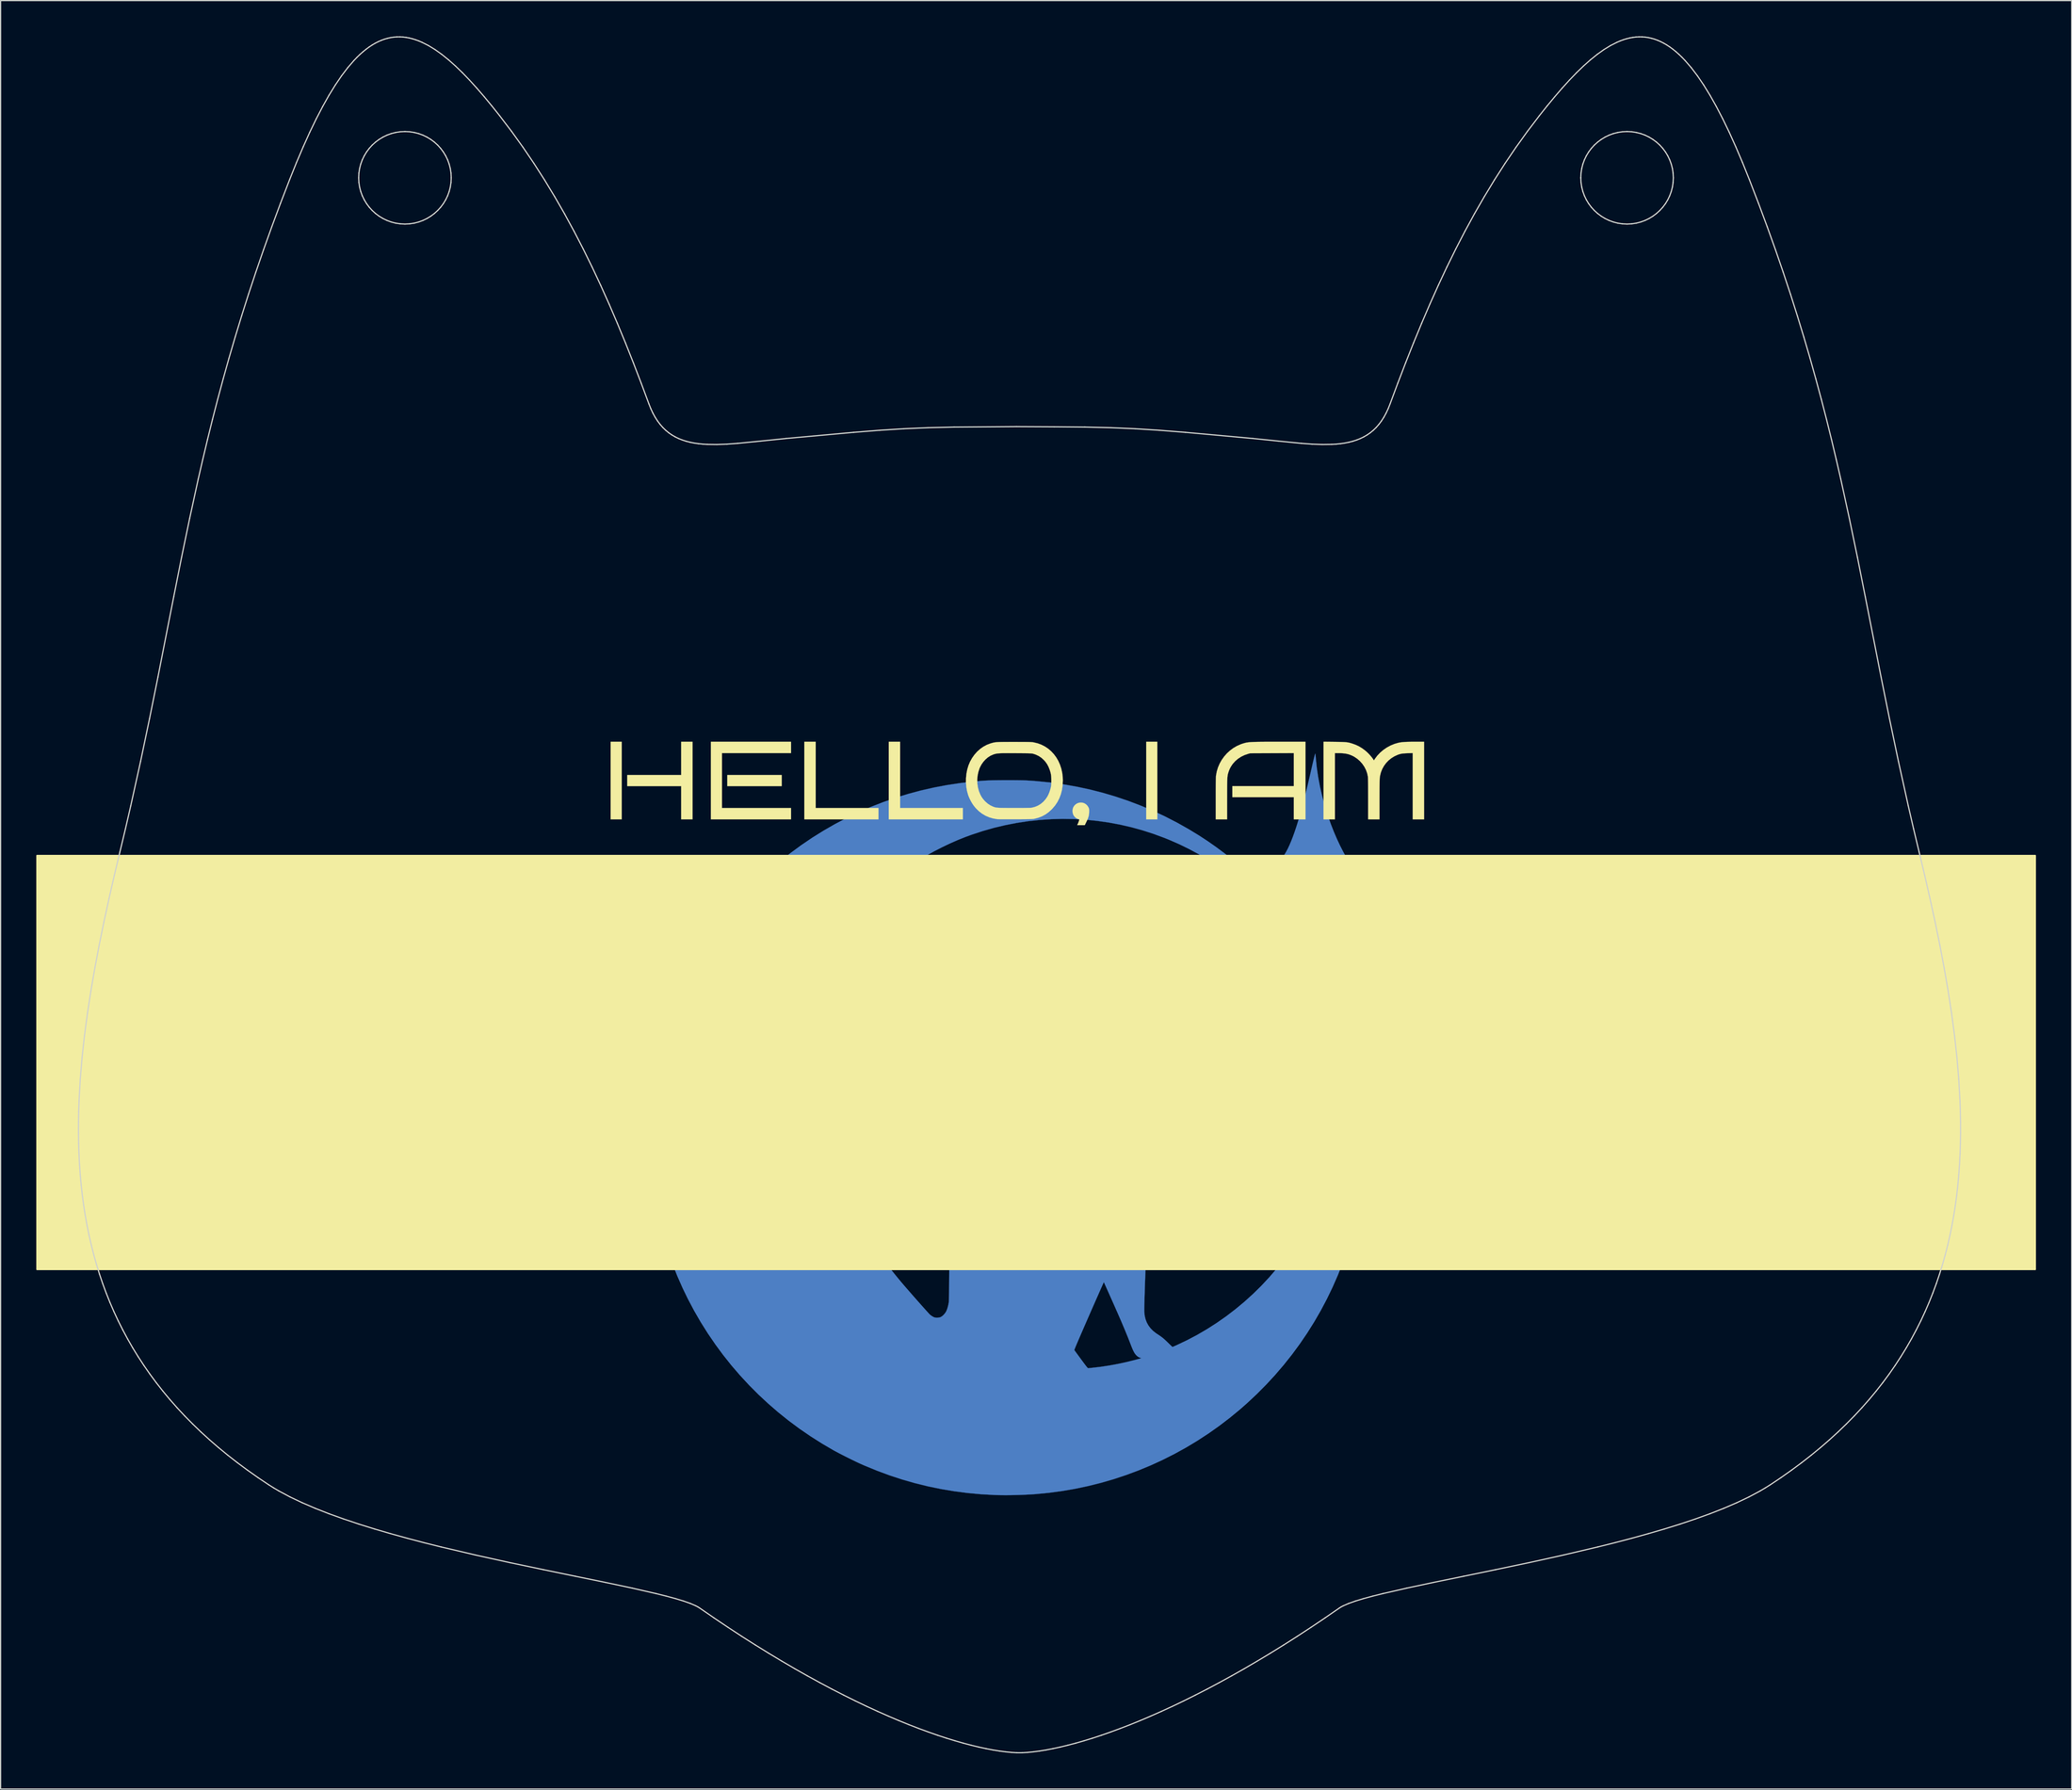
<source format=kicad_pcb>
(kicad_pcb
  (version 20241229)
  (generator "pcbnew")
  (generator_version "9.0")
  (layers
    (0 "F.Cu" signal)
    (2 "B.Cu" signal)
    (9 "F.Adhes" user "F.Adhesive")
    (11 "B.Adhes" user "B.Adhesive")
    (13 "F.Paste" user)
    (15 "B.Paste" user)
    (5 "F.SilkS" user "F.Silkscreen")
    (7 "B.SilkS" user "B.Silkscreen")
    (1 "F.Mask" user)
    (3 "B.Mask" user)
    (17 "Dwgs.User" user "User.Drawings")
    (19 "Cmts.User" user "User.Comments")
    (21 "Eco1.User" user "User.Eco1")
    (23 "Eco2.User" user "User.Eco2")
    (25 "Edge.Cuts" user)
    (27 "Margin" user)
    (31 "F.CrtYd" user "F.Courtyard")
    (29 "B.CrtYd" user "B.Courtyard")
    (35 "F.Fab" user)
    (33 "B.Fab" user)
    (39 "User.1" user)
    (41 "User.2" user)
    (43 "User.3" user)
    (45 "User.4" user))
  (footprint "badge-1(1)"
    (layer "F.Cu")
    (at 82.61 72.191)
    (property "Reference" "badge-1(1)" (at 0 0 0) (layer "F.SilkS") (effects (font (size 1.27 1.27) (thickness 0.15))))
    (attr through_hole)
    (fp_poly (pts (xy 24.858 -11.872) (xy 24.862 -11.849) (xy 24.869 -11.792) (xy 24.877 -11.707) (xy 24.886 -11.603) (xy 24.89 -11.546) (xy 24.973 -10.724) (xy 25.095 -9.891) (xy 25.255 -9.05) (xy 25.452 -8.206) (xy 25.686 -7.36) (xy 25.956 -6.517) (xy 26.167 -5.927) (xy 26.412 -5.301) (xy 26.669 -4.702) (xy 26.938 -4.128) (xy 27.218 -3.583) (xy 27.507 -3.067) (xy 27.806 -2.581) (xy 28.112 -2.128) (xy 28.426 -1.707) (xy 28.745 -1.32) (xy 29.07 -0.969) (xy 29.4 -0.655) (xy 29.732 -0.379) (xy 30.067 -0.143) (xy 30.404 0.053) (xy 30.497 0.1) (xy 30.741 0.218) (xy 30.658 0.26) (xy 30.614 0.282) (xy 30.538 0.318) (xy 30.439 0.365) (xy 30.322 0.419) (xy 30.197 0.476) (xy 30.173 0.487) (xy 29.872 0.627) (xy 29.605 0.756) (xy 29.365 0.877) (xy 29.147 0.994) (xy 28.945 1.109) (xy 28.753 1.226) (xy 28.565 1.348) (xy 28.522 1.377) (xy 28.192 1.616) (xy 27.891 1.868) (xy 27.623 2.129) (xy 27.39 2.396) (xy 27.196 2.667) (xy 27.109 2.811) (xy 27.028 2.967) (xy 26.943 3.151) (xy 26.855 3.365) (xy 26.763 3.611) (xy 26.667 3.89) (xy 26.565 4.204) (xy 26.458 4.552) (xy 26.345 4.938) (xy 26.225 5.361) (xy 26.099 5.824) (xy 25.994 6.221) (xy 25.83 6.844) (xy 26.046 7.29) (xy 26.52 8.316) (xy 26.954 9.355) (xy 27.347 10.406) (xy 27.7 11.469) (xy 28.012 12.543) (xy 28.284 13.628) (xy 28.514 14.722) (xy 28.704 15.825) (xy 28.852 16.936) (xy 28.959 18.056) (xy 29.024 19.182) (xy 29.048 20.315) (xy 29.039 21.151) (xy 28.991 22.28) (xy 28.901 23.401) (xy 28.77 24.513) (xy 28.599 25.616) (xy 28.388 26.708) (xy 28.138 27.789) (xy 27.848 28.857) (xy 27.519 29.911) (xy 27.153 30.952) (xy 26.748 31.977) (xy 26.306 32.986) (xy 25.827 33.978) (xy 25.312 34.952) (xy 24.76 35.908) (xy 24.173 36.843) (xy 23.551 37.758) (xy 22.894 38.651) (xy 22.202 39.521) (xy 21.477 40.368) (xy 20.718 41.191) (xy 19.926 41.988) (xy 19.102 42.759) (xy 18.545 43.249) (xy 17.681 43.962) (xy 16.793 44.642) (xy 15.883 45.286) (xy 14.951 45.895) (xy 13.998 46.469) (xy 13.026 47.006) (xy 12.035 47.506) (xy 11.027 47.969) (xy 10.004 48.394) (xy 8.965 48.781) (xy 7.913 49.13) (xy 6.848 49.439) (xy 5.771 49.709) (xy 4.684 49.939) (xy 3.588 50.129) (xy 2.483 50.277) (xy 1.372 50.384) (xy 1.344 50.386) (xy 0.967 50.412) (xy 0.565 50.433) (xy 0.146 50.451) (xy -0.28 50.464) (xy -0.705 50.472) (xy -1.119 50.476) (xy -1.515 50.474) (xy -1.884 50.468) (xy -2.095 50.461) (xy -3.238 50.397) (xy -4.367 50.293) (xy -5.483 50.148) (xy -6.588 49.963) (xy -7.681 49.738) (xy -8.763 49.472) (xy -9.836 49.165) (xy -10.9 48.817) (xy -11.955 48.427) (xy -13.002 47.997) (xy -13.346 47.846) (xy -13.524 47.764) (xy -13.731 47.667) (xy -13.96 47.556) (xy -14.204 47.437) (xy -14.455 47.312) (xy -14.707 47.186) (xy -14.951 47.061) (xy -15.181 46.942) (xy -15.389 46.831) (xy -15.569 46.734) (xy -15.621 46.705) (xy -16.602 46.131) (xy -17.558 45.524) (xy -18.488 44.885) (xy -19.391 44.214) (xy -20.266 43.512) (xy -21.113 42.779) (xy -21.93 42.018) (xy -22.718 41.227) (xy -23.476 40.409) (xy -24.203 39.564) (xy -24.897 38.692) (xy -25.206 38.273) (xy 4.607 38.273) (xy 4.607 38.276) (xy 4.623 38.299) (xy 4.661 38.353) (xy 4.719 38.434) (xy 4.795 38.538) (xy 4.885 38.661) (xy 4.987 38.8) (xy 5.098 38.952) (xy 5.175 39.058) (xy 5.313 39.244) (xy 5.428 39.399) (xy 5.522 39.524) (xy 5.598 39.623) (xy 5.658 39.697) (xy 5.702 39.749) (xy 5.735 39.782) (xy 5.757 39.798) (xy 5.768 39.801) (xy 5.805 39.797) (xy 5.874 39.79) (xy 5.965 39.781) (xy 6.054 39.772) (xy 6.778 39.689) (xy 7.522 39.577) (xy 8.277 39.438) (xy 9.035 39.274) (xy 9.787 39.085) (xy 10.028 39.019) (xy 10.245 38.959) (xy 10.165 38.935) (xy 10.027 38.88) (xy 9.904 38.799) (xy 9.797 38.697) (xy 9.724 38.609) (xy 9.653 38.504) (xy 9.584 38.378) (xy 9.511 38.225) (xy 9.434 38.04) (xy 9.387 37.92) (xy 9.124 37.245) (xy 8.835 36.537) (xy 8.522 35.797) (xy 8.238 35.147) (xy 8.145 34.937) (xy 10.483 34.937) (xy 10.484 35.026) (xy 10.484 35.041) (xy 10.515 35.364) (xy 10.583 35.666) (xy 10.688 35.946) (xy 10.829 36.206) (xy 11.007 36.445) (xy 11.222 36.664) (xy 11.474 36.861) (xy 11.546 36.91) (xy 11.705 37.014) (xy 11.839 37.106) (xy 11.955 37.191) (xy 12.064 37.277) (xy 12.172 37.371) (xy 12.291 37.48) (xy 12.427 37.612) (xy 12.466 37.649) (xy 12.569 37.75) (xy 12.662 37.84) (xy 12.741 37.915) (xy 12.802 37.972) (xy 12.84 38.006) (xy 12.852 38.014) (xy 12.875 38.007) (xy 12.93 37.984) (xy 13.01 37.949) (xy 13.11 37.906) (xy 13.201 37.865) (xy 14.071 37.452) (xy 14.925 37.001) (xy 15.762 36.512) (xy 16.579 35.988) (xy 17.375 35.43) (xy 18.148 34.838) (xy 18.896 34.215) (xy 19.617 33.562) (xy 20.31 32.881) (xy 20.972 32.172) (xy 21.522 31.533) (xy 22.142 30.753) (xy 22.725 29.952) (xy 23.271 29.131) (xy 23.781 28.291) (xy 24.252 27.432) (xy 24.687 26.555) (xy 25.083 25.662) (xy 25.44 24.754) (xy 25.758 23.83) (xy 26.037 22.893) (xy 26.276 21.944) (xy 26.475 20.982) (xy 26.634 20.01) (xy 26.752 19.028) (xy 26.785 18.658) (xy 26.813 18.279) (xy 26.834 17.912) (xy 26.848 17.545) (xy 26.856 17.167) (xy 26.857 16.768) (xy 26.853 16.415) (xy 26.849 16.159) (xy 26.845 15.937) (xy 26.839 15.74) (xy 26.833 15.561) (xy 26.824 15.391) (xy 26.814 15.221) (xy 26.801 15.043) (xy 26.785 14.85) (xy 26.766 14.632) (xy 26.765 14.616) (xy 26.722 14.193) (xy 26.669 13.76) (xy 26.608 13.324) (xy 26.538 12.889) (xy 26.462 12.461) (xy 26.381 12.047) (xy 26.294 11.65) (xy 26.204 11.278) (xy 26.112 10.935) (xy 26.018 10.628) (xy 25.993 10.553) (xy 25.922 10.346) (xy 25.854 10.158) (xy 25.793 9.992) (xy 25.738 9.852) (xy 25.691 9.739) (xy 25.654 9.658) (xy 25.626 9.61) (xy 25.61 9.599) (xy 25.609 9.602) (xy 25.603 9.629) (xy 25.592 9.695) (xy 25.577 9.795) (xy 25.557 9.927) (xy 25.534 10.085) (xy 25.508 10.267) (xy 25.48 10.469) (xy 25.449 10.687) (xy 25.418 10.918) (xy 25.411 10.964) (xy 25.379 11.198) (xy 25.348 11.42) (xy 25.32 11.627) (xy 25.294 11.815) (xy 25.27 11.98) (xy 25.251 12.12) (xy 25.235 12.229) (xy 25.224 12.305) (xy 25.218 12.343) (xy 25.218 12.345) (xy 25.21 12.375) (xy 25.196 12.392) (xy 25.165 12.4) (xy 25.109 12.403) (xy 25.041 12.404) (xy 24.875 12.404) (xy 24.861 12.229) (xy 24.772 11.314) (xy 24.658 10.431) (xy 24.519 9.578) (xy 24.354 8.753) (xy 24.162 7.953) (xy 23.943 7.177) (xy 23.696 6.422) (xy 23.421 5.686) (xy 23.117 4.967) (xy 22.806 4.307) (xy 22.735 4.165) (xy 22.656 4.013) (xy 22.572 3.854) (xy 22.486 3.693) (xy 22.399 3.535) (xy 22.315 3.383) (xy 22.235 3.241) (xy 22.162 3.114) (xy 22.098 3.007) (xy 22.046 2.922) (xy 22.008 2.865) (xy 21.986 2.84) (xy 21.983 2.84) (xy 21.974 2.86) (xy 21.951 2.916) (xy 21.915 3.005) (xy 21.868 3.123) (xy 21.81 3.267) (xy 21.744 3.432) (xy 21.671 3.617) (xy 21.591 3.816) (xy 21.51 4.022) (xy 21.391 4.322) (xy 21.286 4.587) (xy 21.194 4.823) (xy 21.111 5.035) (xy 21.038 5.227) (xy 20.971 5.403) (xy 20.909 5.57) (xy 20.85 5.732) (xy 20.792 5.893) (xy 20.734 6.059) (xy 20.673 6.234) (xy 20.637 6.339) (xy 20.253 7.397) (xy 19.829 8.441) (xy 19.366 9.47) (xy 18.865 10.481) (xy 18.328 11.472) (xy 17.755 12.442) (xy 17.7 12.531) (xy 17.355 13.074) (xy 17.004 13.604) (xy 16.643 14.126) (xy 16.268 14.644) (xy 15.875 15.165) (xy 15.46 15.694) (xy 15.019 16.236) (xy 14.549 16.795) (xy 14.458 16.902) (xy 14.255 17.14) (xy 14.078 17.352) (xy 13.922 17.543) (xy 13.782 17.719) (xy 13.657 17.884) (xy 13.54 18.044) (xy 13.43 18.203) (xy 13.321 18.367) (xy 13.286 18.421) (xy 13.021 18.854) (xy 12.793 19.283) (xy 12.598 19.715) (xy 12.435 20.154) (xy 12.301 20.61) (xy 12.193 21.088) (xy 12.108 21.595) (xy 12.097 21.675) (xy 12.068 21.886) (xy 12.038 22.085) (xy 12.006 22.278) (xy 11.97 22.47) (xy 11.93 22.665) (xy 11.884 22.869) (xy 11.831 23.087) (xy 11.77 23.323) (xy 11.7 23.584) (xy 11.619 23.874) (xy 11.527 24.197) (xy 11.504 24.278) (xy 11.407 24.617) (xy 11.322 24.921) (xy 11.247 25.194) (xy 11.182 25.441) (xy 11.125 25.666) (xy 11.076 25.876) (xy 11.034 26.073) (xy 10.997 26.264) (xy 10.965 26.453) (xy 10.936 26.645) (xy 10.909 26.845) (xy 10.884 27.057) (xy 10.86 27.287) (xy 10.849 27.4) (xy 10.804 27.876) (xy 10.763 28.366) (xy 10.725 28.874) (xy 10.69 29.406) (xy 10.657 29.964) (xy 10.627 30.554) (xy 10.599 31.18) (xy 10.584 31.57) (xy 10.569 31.955) (xy 10.555 32.329) (xy 10.542 32.691) (xy 10.531 33.037) (xy 10.52 33.365) (xy 10.511 33.673) (xy 10.502 33.957) (xy 10.496 34.215) (xy 10.49 34.445) (xy 10.486 34.643) (xy 10.484 34.808) (xy 10.483 34.937) (xy 8.145 34.937) (xy 8.133 34.91) (xy 8.026 34.668) (xy 7.919 34.425) (xy 7.812 34.184) (xy 7.707 33.949) (xy 7.606 33.722) (xy 7.51 33.506) (xy 7.42 33.305) (xy 7.338 33.121) (xy 7.266 32.959) (xy 7.203 32.82) (xy 7.153 32.708) (xy 7.116 32.626) (xy 7.093 32.577) (xy 7.087 32.564) (xy 7.077 32.582) (xy 7.052 32.637) (xy 7.011 32.726) (xy 6.957 32.847) (xy 6.889 32.999) (xy 6.809 33.179) (xy 6.718 33.385) (xy 6.617 33.615) (xy 6.506 33.866) (xy 6.386 34.137) (xy 6.26 34.426) (xy 6.126 34.73) (xy 5.987 35.047) (xy 5.844 35.375) (xy 5.833 35.399) (xy 5.645 35.83) (xy 5.473 36.223) (xy 5.319 36.579) (xy 5.18 36.898) (xy 5.057 37.182) (xy 4.95 37.431) (xy 4.858 37.647) (xy 4.781 37.829) (xy 4.718 37.979) (xy 4.67 38.098) (xy 4.635 38.186) (xy 4.614 38.244) (xy 4.607 38.273) (xy -25.206 38.273) (xy -25.559 37.794) (xy -26.188 36.872) (xy -26.784 35.925) (xy -27.344 34.955) (xy -27.869 33.962) (xy -28.305 33.062) (xy -28.757 32.039) (xy -29.17 31.001) (xy -29.543 29.95) (xy -29.876 28.885) (xy -30.169 27.81) (xy -30.422 26.724) (xy -30.635 25.629) (xy -30.807 24.527) (xy -30.938 23.417) (xy -31.029 22.302) (xy -31.078 21.183) (xy -31.086 20.061) (xy -31.052 18.936) (xy -30.977 17.81) (xy -30.945 17.462) (xy -30.859 16.725) (xy -19.42 16.725) (xy -19.4 17.705) (xy -19.34 18.687) (xy -19.237 19.67) (xy -19.101 20.606) (xy -18.922 21.553) (xy -18.702 22.495) (xy -18.441 23.428) (xy -18.14 24.351) (xy -17.801 25.262) (xy -17.423 26.159) (xy -17.007 27.04) (xy -16.555 27.905) (xy -16.067 28.749) (xy -15.543 29.573) (xy -15.212 30.057) (xy -15.123 30.182) (xy -15.025 30.317) (xy -14.921 30.457) (xy -14.815 30.6) (xy -14.708 30.742) (xy -14.603 30.878) (xy -14.504 31.007) (xy -14.412 31.123) (xy -14.331 31.225) (xy -14.264 31.307) (xy -14.212 31.367) (xy -14.179 31.401) (xy -14.168 31.406) (xy -14.17 31.401) (xy -14.271 31.115) (xy -14.367 30.797) (xy -14.455 30.459) (xy -14.533 30.11) (xy -14.598 29.762) (xy -14.64 29.475) (xy -14.655 29.323) (xy -14.667 29.139) (xy -14.675 28.929) (xy -14.68 28.703) (xy -14.681 28.471) (xy -14.678 28.239) (xy -14.672 28.018) (xy -14.662 27.815) (xy -14.649 27.64) (xy -14.64 27.559) (xy -14.558 27.018) (xy -14.447 26.482) (xy -14.304 25.946) (xy -14.128 25.406) (xy -13.918 24.857) (xy -13.674 24.296) (xy -13.492 23.918) (xy -13.413 23.758) (xy -13.331 23.597) (xy -13.246 23.432) (xy -13.157 23.259) (xy -13.06 23.077) (xy -12.956 22.881) (xy -12.841 22.668) (xy -12.715 22.437) (xy -12.576 22.182) (xy -12.422 21.902) (xy -12.251 21.593) (xy -12.062 21.252) (xy -11.938 21.029) (xy -11.736 20.666) (xy -11.554 20.337) (xy -11.39 20.04) (xy -11.243 19.773) (xy -11.113 19.533) (xy -10.997 19.317) (xy -10.894 19.124) (xy -10.803 18.951) (xy -10.724 18.795) (xy -10.654 18.654) (xy -10.592 18.526) (xy -10.538 18.407) (xy -10.489 18.297) (xy -10.445 18.192) (xy -10.405 18.09) (xy -10.375 18.013) (xy -10.217 17.533) (xy -10.101 17.052) (xy -10.027 16.572) (xy -9.996 16.09) (xy -9.998 15.79) (xy -10.025 15.38) (xy -10.081 14.986) (xy -10.168 14.594) (xy -10.288 14.193) (xy -10.302 14.15) (xy -10.41 13.863) (xy -10.525 13.611) (xy -10.653 13.387) (xy -10.797 13.184) (xy -10.962 12.996) (xy -10.995 12.962) (xy -11.219 12.762) (xy -11.458 12.6) (xy -11.71 12.477) (xy -11.972 12.393) (xy -12.242 12.35) (xy -12.518 12.347) (xy -12.644 12.36) (xy -12.756 12.378) (xy -12.861 12.402) (xy -12.967 12.437) (xy -13.081 12.484) (xy -13.213 12.547) (xy -13.37 12.63) (xy -13.413 12.653) (xy -13.573 12.737) (xy -13.752 12.825) (xy -13.94 12.913) (xy -14.126 12.997) (xy -14.301 13.07) (xy -14.452 13.129) (xy -14.499 13.146) (xy -14.638 13.181) (xy -14.785 13.196) (xy -14.928 13.192) (xy -15.052 13.167) (xy -15.099 13.15) (xy -15.221 13.074) (xy -15.337 12.966) (xy -15.44 12.833) (xy -15.525 12.684) (xy -15.585 12.53) (xy -15.604 12.453) (xy -15.615 12.277) (xy -15.585 12.092) (xy -15.515 11.901) (xy -15.404 11.703) (xy -15.252 11.498) (xy -15.061 11.288) (xy -14.838 11.08) (xy -14.698 10.963) (xy -14.564 10.861) (xy -14.426 10.77) (xy -14.272 10.68) (xy -14.093 10.587) (xy -14.023 10.552) (xy -13.614 10.372) (xy -13.208 10.234) (xy -12.802 10.139) (xy -12.399 10.086) (xy -11.997 10.075) (xy -11.598 10.107) (xy -11.201 10.18) (xy -10.806 10.296) (xy -10.413 10.454) (xy -10.299 10.509) (xy -9.892 10.729) (xy -9.518 10.976) (xy -9.179 11.249) (xy -8.873 11.546) (xy -8.601 11.868) (xy -8.364 12.215) (xy -8.162 12.585) (xy -7.995 12.979) (xy -7.863 13.396) (xy -7.767 13.835) (xy -7.707 14.297) (xy -7.706 14.319) (xy -7.68 14.845) (xy -7.692 15.389) (xy -7.741 15.95) (xy -7.826 16.526) (xy -7.947 17.116) (xy -8.105 17.718) (xy -8.268 18.241) (xy -8.327 18.414) (xy -8.386 18.583) (xy -8.448 18.752) (xy -8.512 18.922) (xy -8.58 19.095) (xy -8.653 19.274) (xy -8.732 19.462) (xy -8.818 19.66) (xy -8.913 19.872) (xy -9.017 20.099) (xy -9.131 20.344) (xy -9.257 20.61) (xy -9.395 20.898) (xy -9.547 21.211) (xy -9.714 21.551) (xy -9.897 21.922) (xy -10.096 22.324) (xy -10.314 22.762) (xy -10.379 22.892) (xy -10.577 23.289) (xy -10.756 23.65) (xy -10.919 23.977) (xy -11.066 24.274) (xy -11.198 24.541) (xy -11.315 24.782) (xy -11.42 24.998) (xy -11.513 25.192) (xy -11.595 25.365) (xy -11.667 25.521) (xy -11.73 25.661) (xy -11.785 25.787) (xy -11.833 25.901) (xy -11.875 26.007) (xy -11.913 26.105) (xy -11.946 26.199) (xy -11.977 26.29) (xy -12.006 26.38) (xy -12.034 26.473) (xy -12.055 26.545) (xy -12.16 26.981) (xy -12.227 27.424) (xy -12.254 27.868) (xy -12.243 28.31) (xy -12.192 28.744) (xy -12.109 29.141) (xy -11.994 29.515) (xy -11.841 29.894) (xy -11.653 30.275) (xy -11.431 30.651) (xy -11.18 31.017) (xy -11.106 31.115) (xy -10.999 31.252) (xy -10.87 31.415) (xy -10.727 31.594) (xy -10.575 31.784) (xy -10.42 31.976) (xy -10.268 32.162) (xy -10.125 32.336) (xy -9.998 32.49) (xy -9.917 32.586) (xy -9.806 32.716) (xy -9.679 32.865) (xy -9.538 33.028) (xy -9.386 33.203) (xy -9.225 33.387) (xy -9.059 33.578) (xy -8.889 33.772) (xy -8.718 33.966) (xy -8.549 34.158) (xy -8.384 34.345) (xy -8.226 34.523) (xy -8.078 34.689) (xy -7.941 34.842) (xy -7.82 34.978) (xy -7.715 35.093) (xy -7.63 35.186) (xy -7.568 35.252) (xy -7.53 35.29) (xy -7.528 35.292) (xy -7.431 35.37) (xy -7.319 35.444) (xy -7.208 35.503) (xy -7.154 35.526) (xy -7.045 35.55) (xy -6.916 35.556) (xy -6.783 35.543) (xy -6.662 35.515) (xy -6.615 35.496) (xy -6.507 35.429) (xy -6.396 35.333) (xy -6.29 35.217) (xy -6.2 35.091) (xy -6.153 35.007) (xy -6.092 34.862) (xy -6.035 34.686) (xy -5.986 34.49) (xy -5.947 34.288) (xy -5.942 34.241) (xy -5.937 34.161) (xy -5.933 34.047) (xy -5.929 33.899) (xy -5.925 33.715) (xy -5.921 33.493) (xy -5.917 33.235) (xy -5.913 32.937) (xy -5.91 32.599) (xy -5.907 32.221) (xy -5.905 32.015) (xy -5.902 31.641) (xy -5.899 31.307) (xy -5.896 31.009) (xy -5.893 30.743) (xy -5.889 30.506) (xy -5.886 30.296) (xy -5.881 30.108) (xy -5.876 29.939) (xy -5.87 29.786) (xy -5.864 29.646) (xy -5.856 29.516) (xy -5.848 29.392) (xy -5.838 29.271) (xy -5.827 29.149) (xy -5.814 29.024) (xy -5.8 28.893) (xy -5.799 28.88) (xy -5.689 28.052) (xy -5.541 27.242) (xy -5.354 26.45) (xy -5.129 25.677) (xy -4.866 24.92) (xy -4.565 24.182) (xy -4.224 23.46) (xy -3.845 22.755) (xy -3.427 22.068) (xy -2.971 21.396) (xy -2.475 20.741) (xy -1.94 20.103) (xy -1.366 19.48) (xy -1.27 19.381) (xy -1.035 19.144) (xy -0.804 18.919) (xy -0.572 18.701) (xy -0.332 18.483) (xy -0.079 18.262) (xy 0.193 18.03) (xy 0.49 17.784) (xy 0.709 17.606) (xy 1.006 17.364) (xy 1.271 17.143) (xy 1.508 16.938) (xy 1.72 16.748) (xy 1.91 16.568) (xy 2.082 16.396) (xy 2.238 16.227) (xy 2.383 16.06) (xy 2.52 15.891) (xy 2.652 15.715) (xy 2.682 15.674) (xy 2.878 15.377) (xy 3.067 15.044) (xy 3.247 14.681) (xy 3.414 14.295) (xy 3.568 13.891) (xy 3.705 13.476) (xy 3.823 13.056) (xy 3.92 12.637) (xy 3.968 12.377) (xy 4.005 12.153) (xy 4.033 11.948) (xy 4.056 11.754) (xy 4.072 11.561) (xy 4.084 11.359) (xy 4.091 11.139) (xy 4.094 10.891) (xy 4.095 10.753) (xy 4.093 10.461) (xy 4.086 10.187) (xy 4.074 9.925) (xy 4.055 9.668) (xy 4.029 9.41) (xy 3.995 9.145) (xy 3.952 8.866) (xy 3.9 8.567) (xy 3.838 8.241) (xy 3.764 7.883) (xy 3.747 7.8) (xy 3.699 7.565) (xy 3.657 7.34) (xy 3.62 7.121) (xy 3.588 6.902) (xy 3.561 6.678) (xy 3.538 6.445) (xy 3.518 6.198) (xy 3.502 5.931) (xy 3.488 5.641) (xy 3.476 5.321) (xy 3.467 4.968) (xy 3.46 4.678) (xy 3.457 4.493) (xy 3.455 4.345) (xy 3.454 4.228) (xy 3.455 4.136) (xy 3.458 4.064) (xy 3.463 4.006) (xy 3.47 3.956) (xy 3.48 3.909) (xy 3.491 3.867) (xy 3.543 3.71) (xy 3.616 3.555) (xy 3.703 3.41) (xy 3.799 3.283) (xy 3.9 3.182) (xy 4 3.114) (xy 4.011 3.109) (xy 4.128 3.076) (xy 4.27 3.069) (xy 4.43 3.087) (xy 4.601 3.129) (xy 4.777 3.191) (xy 4.95 3.274) (xy 5.099 3.364) (xy 5.192 3.431) (xy 5.286 3.51) (xy 5.387 3.603) (xy 5.498 3.716) (xy 5.624 3.852) (xy 5.769 4.016) (xy 5.837 4.096) (xy 6.014 4.3) (xy 6.172 4.48) (xy 6.311 4.634) (xy 6.43 4.761) (xy 6.526 4.859) (xy 6.599 4.928) (xy 6.648 4.964) (xy 6.651 4.966) (xy 6.674 4.976) (xy 6.703 4.983) (xy 6.743 4.987) (xy 6.8 4.99) (xy 6.879 4.99) (xy 6.983 4.988) (xy 7.119 4.983) (xy 7.292 4.977) (xy 7.341 4.975) (xy 7.758 4.956) (xy 8.133 4.93) (xy 8.468 4.897) (xy 8.763 4.858) (xy 9.019 4.813) (xy 9.237 4.76) (xy 9.271 4.751) (xy 9.346 4.722) (xy 9.415 4.68) (xy 9.482 4.621) (xy 9.549 4.539) (xy 9.621 4.432) (xy 9.7 4.294) (xy 9.791 4.121) (xy 9.801 4.102) (xy 9.922 3.867) (xy 10.03 3.667) (xy 10.127 3.499) (xy 10.215 3.359) (xy 10.297 3.242) (xy 10.377 3.146) (xy 10.455 3.067) (xy 10.536 3) (xy 10.583 2.967) (xy 10.727 2.889) (xy 10.863 2.852) (xy 10.99 2.854) (xy 11.106 2.896) (xy 11.211 2.975) (xy 11.303 3.09) (xy 11.382 3.242) (xy 11.445 3.428) (xy 11.493 3.648) (xy 11.512 3.789) (xy 11.519 3.867) (xy 11.527 3.977) (xy 11.534 4.11) (xy 11.54 4.254) (xy 11.545 4.402) (xy 11.546 4.413) (xy 11.554 4.644) (xy 11.564 4.838) (xy 11.577 5.003) (xy 11.594 5.144) (xy 11.614 5.268) (xy 11.64 5.381) (xy 11.655 5.438) (xy 11.703 5.582) (xy 11.757 5.706) (xy 11.825 5.82) (xy 11.913 5.934) (xy 12.029 6.061) (xy 12.051 6.083) (xy 12.232 6.273) (xy 12.385 6.443) (xy 12.513 6.597) (xy 12.621 6.743) (xy 12.713 6.886) (xy 12.794 7.03) (xy 12.829 7.101) (xy 12.917 7.308) (xy 12.976 7.504) (xy 13.008 7.707) (xy 13.017 7.923) (xy 13.011 8.099) (xy 12.993 8.272) (xy 12.959 8.446) (xy 12.909 8.627) (xy 12.841 8.818) (xy 12.753 9.025) (xy 12.643 9.253) (xy 12.51 9.506) (xy 12.426 9.66) (xy 12.279 9.941) (xy 12.162 10.198) (xy 12.075 10.437) (xy 12.017 10.659) (xy 11.987 10.872) (xy 11.984 11.077) (xy 12.007 11.281) (xy 12.04 11.43) (xy 12.065 11.515) (xy 12.097 11.607) (xy 12.133 11.7) (xy 12.169 11.783) (xy 12.201 11.849) (xy 12.225 11.888) (xy 12.235 11.896) (xy 12.256 11.882) (xy 12.302 11.846) (xy 12.367 11.792) (xy 12.442 11.726) (xy 12.449 11.72) (xy 12.496 11.679) (xy 12.572 11.612) (xy 12.675 11.522) (xy 12.8 11.412) (xy 12.946 11.283) (xy 13.109 11.14) (xy 13.287 10.984) (xy 13.477 10.817) (xy 13.676 10.643) (xy 13.881 10.463) (xy 13.949 10.404) (xy 14.467 9.949) (xy 14.953 9.521) (xy 15.406 9.121) (xy 15.827 8.747) (xy 16.215 8.401) (xy 16.571 8.082) (xy 16.894 7.79) (xy 17.185 7.525) (xy 17.443 7.287) (xy 17.669 7.077) (xy 17.862 6.893) (xy 18.023 6.737) (xy 18.151 6.607) (xy 18.247 6.505) (xy 18.286 6.46) (xy 18.402 6.315) (xy 18.512 6.16) (xy 18.619 5.994) (xy 18.723 5.811) (xy 18.828 5.608) (xy 18.934 5.382) (xy 19.045 5.127) (xy 19.161 4.842) (xy 19.285 4.521) (xy 19.356 4.331) (xy 19.436 4.116) (xy 19.504 3.936) (xy 19.563 3.783) (xy 19.614 3.654) (xy 19.661 3.541) (xy 19.706 3.44) (xy 19.75 3.344) (xy 19.796 3.247) (xy 19.823 3.193) (xy 20.012 2.85) (xy 20.217 2.544) (xy 20.44 2.272) (xy 20.684 2.031) (xy 20.953 1.818) (xy 21.034 1.762) (xy 21.108 1.71) (xy 21.167 1.667) (xy 21.202 1.636) (xy 21.209 1.627) (xy 21.195 1.602) (xy 21.154 1.551) (xy 21.091 1.477) (xy 21.008 1.383) (xy 20.909 1.273) (xy 20.798 1.152) (xy 20.676 1.022) (xy 20.549 0.887) (xy 20.419 0.751) (xy 20.289 0.617) (xy 20.257 0.585) (xy 19.716 0.05) (xy 19.181 -0.451) (xy 18.645 -0.922) (xy 18.1 -1.37) (xy 17.542 -1.8) (xy 16.961 -2.217) (xy 16.552 -2.496) (xy 15.782 -2.99) (xy 15.008 -3.445) (xy 14.224 -3.866) (xy 13.422 -4.256) (xy 12.595 -4.619) (xy 12.16 -4.795) (xy 11.245 -5.133) (xy 10.318 -5.431) (xy 9.38 -5.689) (xy 8.435 -5.906) (xy 7.481 -6.084) (xy 6.522 -6.22) (xy 5.559 -6.317) (xy 4.592 -6.373) (xy 3.624 -6.388) (xy 2.655 -6.363) (xy 1.687 -6.298) (xy 0.722 -6.193) (xy -0.24 -6.047) (xy -1.196 -5.86) (xy -2.146 -5.634) (xy -3.087 -5.366) (xy -4.02 -5.059) (xy -4.551 -4.864) (xy -5.188 -4.608) (xy -5.839 -4.322) (xy -6.493 -4.01) (xy -7.143 -3.678) (xy -7.776 -3.329) (xy -8.213 -3.074) (xy -9.028 -2.56) (xy -9.823 -2.009) (xy -10.597 -1.424) (xy -11.347 -0.805) (xy -12.072 -0.154) (xy -12.77 0.527) (xy -13.44 1.237) (xy -14.08 1.974) (xy -14.689 2.737) (xy -15.264 3.524) (xy -15.504 3.873) (xy -16.036 4.701) (xy -16.529 5.548) (xy -16.985 6.412) (xy -17.402 7.293) (xy -17.782 8.188) (xy -18.122 9.097) (xy -18.423 10.019) (xy -18.685 10.952) (xy -18.908 11.896) (xy -19.091 12.848) (xy -19.234 13.808) (xy -19.336 14.776) (xy -19.399 15.748) (xy -19.42 16.725) (xy -30.859 16.725) (xy -30.815 16.348) (xy -30.645 15.242) (xy -30.434 14.147) (xy -30.183 13.063) (xy -29.893 11.991) (xy -29.563 10.933) (xy -29.196 9.889) (xy -28.79 8.86) (xy -28.346 7.847) (xy -27.866 6.852) (xy -27.349 5.874) (xy -26.796 4.916) (xy -26.207 3.978) (xy -25.584 3.061) (xy -24.926 2.166) (xy -24.234 1.294) (xy -23.508 0.446) (xy -22.75 -0.377) (xy -21.959 -1.174) (xy -21.135 -1.943) (xy -20.976 -2.086) (xy -20.121 -2.817) (xy -19.243 -3.514) (xy -18.341 -4.176) (xy -17.417 -4.803) (xy -16.471 -5.394) (xy -15.506 -5.948) (xy -14.522 -6.466) (xy -13.52 -6.946) (xy -12.501 -7.389) (xy -11.465 -7.794) (xy -10.415 -8.161) (xy -9.351 -8.488) (xy -8.274 -8.777) (xy -7.184 -9.025) (xy -6.084 -9.233) (xy -4.974 -9.4) (xy -3.884 -9.524) (xy -3.636 -9.547) (xy -3.41 -9.567) (xy -3.2 -9.584) (xy -3.001 -9.598) (xy -2.808 -9.61) (xy -2.613 -9.619) (xy -2.412 -9.626) (xy -2.198 -9.632) (xy -1.966 -9.636) (xy -1.71 -9.638) (xy -1.423 -9.64) (xy -1.101 -9.64) (xy -1.058 -9.641) (xy -0.746 -9.64) (xy -0.47 -9.64) (xy -0.225 -9.638) (xy -0.006 -9.636) (xy 0.193 -9.632) (xy 0.377 -9.627) (xy 0.553 -9.62) (xy 0.726 -9.611) (xy 0.901 -9.601) (xy 1.084 -9.588) (xy 1.28 -9.573) (xy 1.492 -9.556) (xy 2.617 -9.442) (xy 3.732 -9.286) (xy 4.837 -9.09) (xy 5.932 -8.853) (xy 7.015 -8.575) (xy 8.087 -8.257) (xy 9.146 -7.899) (xy 10.191 -7.501) (xy 11.223 -7.063) (xy 12.239 -6.587) (xy 13.24 -6.071) (xy 14.224 -5.516) (xy 15.071 -5) (xy 15.794 -4.526) (xy 16.518 -4.02) (xy 17.235 -3.487) (xy 17.938 -2.933) (xy 18.62 -2.364) (xy 19.272 -1.785) (xy 19.796 -1.294) (xy 20.023 -1.074) (xy 20.185 -1.196) (xy 20.501 -1.446) (xy 20.822 -1.725) (xy 21.136 -2.021) (xy 21.189 -2.074) (xy 21.442 -2.334) (xy 21.666 -2.583) (xy 21.868 -2.828) (xy 22.056 -3.079) (xy 22.237 -3.345) (xy 22.262 -3.385) (xy 22.402 -3.617) (xy 22.542 -3.882) (xy 22.683 -4.182) (xy 22.825 -4.515) (xy 22.969 -4.884) (xy 23.115 -5.289) (xy 23.263 -5.73) (xy 23.413 -6.208) (xy 23.565 -6.725) (xy 23.72 -7.279) (xy 23.878 -7.874) (xy 24.039 -8.508) (xy 24.203 -9.183) (xy 24.371 -9.899) (xy 24.395 -10.001) (xy 24.47 -10.329) (xy 24.537 -10.618) (xy 24.595 -10.871) (xy 24.646 -11.089) (xy 24.69 -11.274) (xy 24.727 -11.43) (xy 24.758 -11.558) (xy 24.784 -11.661) (xy 24.805 -11.74) (xy 24.822 -11.799) (xy 24.836 -11.839) (xy 24.846 -11.863) (xy 24.853 -11.873) (xy 24.858 -11.872)) (stroke (width 0.01) (type solid)) (fill yes) (layer "B.Cu"))
    (fp_poly (pts (xy 24.858 -11.872) (xy 24.862 -11.849) (xy 24.869 -11.792) (xy 24.877 -11.707) (xy 24.886 -11.603) (xy 24.89 -11.546) (xy 24.973 -10.724) (xy 25.095 -9.891) (xy 25.255 -9.05) (xy 25.452 -8.206) (xy 25.686 -7.36) (xy 25.956 -6.517) (xy 26.167 -5.927) (xy 26.412 -5.301) (xy 26.669 -4.702) (xy 26.938 -4.128) (xy 27.218 -3.583) (xy 27.507 -3.067) (xy 27.806 -2.581) (xy 28.112 -2.128) (xy 28.426 -1.707) (xy 28.745 -1.32) (xy 29.07 -0.969) (xy 29.4 -0.655) (xy 29.732 -0.379) (xy 30.067 -0.143) (xy 30.404 0.053) (xy 30.497 0.1) (xy 30.741 0.218) (xy 30.658 0.26) (xy 30.614 0.282) (xy 30.538 0.318) (xy 30.439 0.365) (xy 30.322 0.419) (xy 30.197 0.476) (xy 30.173 0.487) (xy 29.872 0.627) (xy 29.605 0.756) (xy 29.365 0.877) (xy 29.147 0.994) (xy 28.945 1.109) (xy 28.753 1.226) (xy 28.565 1.348) (xy 28.522 1.377) (xy 28.192 1.616) (xy 27.891 1.868) (xy 27.623 2.129) (xy 27.39 2.396) (xy 27.196 2.667) (xy 27.109 2.811) (xy 27.028 2.967) (xy 26.943 3.151) (xy 26.855 3.365) (xy 26.763 3.611) (xy 26.667 3.89) (xy 26.565 4.204) (xy 26.458 4.552) (xy 26.345 4.938) (xy 26.225 5.361) (xy 26.099 5.824) (xy 25.994 6.221) (xy 25.83 6.844) (xy 26.046 7.29) (xy 26.52 8.316) (xy 26.954 9.355) (xy 27.347 10.406) (xy 27.7 11.469) (xy 28.012 12.543) (xy 28.284 13.628) (xy 28.514 14.722) (xy 28.704 15.825) (xy 28.852 16.936) (xy 28.959 18.056) (xy 29.024 19.182) (xy 29.048 20.315) (xy 29.039 21.151) (xy 28.991 22.28) (xy 28.901 23.401) (xy 28.77 24.513) (xy 28.599 25.616) (xy 28.388 26.708) (xy 28.138 27.789) (xy 27.848 28.857) (xy 27.519 29.911) (xy 27.153 30.952) (xy 26.748 31.977) (xy 26.306 32.986) (xy 25.827 33.978) (xy 25.312 34.952) (xy 24.76 35.908) (xy 24.173 36.843) (xy 23.551 37.758) (xy 22.894 38.651) (xy 22.202 39.521) (xy 21.477 40.368) (xy 20.718 41.191) (xy 19.926 41.988) (xy 19.102 42.759) (xy 18.545 43.249) (xy 17.681 43.962) (xy 16.793 44.642) (xy 15.883 45.286) (xy 14.951 45.895) (xy 13.998 46.469) (xy 13.026 47.006) (xy 12.035 47.506) (xy 11.027 47.969) (xy 10.004 48.394) (xy 8.965 48.781) (xy 7.913 49.13) (xy 6.848 49.439) (xy 5.771 49.709) (xy 4.684 49.939) (xy 3.588 50.129) (xy 2.483 50.277) (xy 1.372 50.384) (xy 1.344 50.386) (xy 0.967 50.412) (xy 0.565 50.433) (xy 0.146 50.451) (xy -0.28 50.464) (xy -0.705 50.472) (xy -1.119 50.476) (xy -1.515 50.474) (xy -1.884 50.468) (xy -2.095 50.461) (xy -3.238 50.397) (xy -4.367 50.293) (xy -5.483 50.148) (xy -6.588 49.963) (xy -7.681 49.738) (xy -8.763 49.472) (xy -9.836 49.165) (xy -10.9 48.817) (xy -11.955 48.427) (xy -13.002 47.997) (xy -13.346 47.846) (xy -13.524 47.764) (xy -13.731 47.667) (xy -13.96 47.556) (xy -14.204 47.437) (xy -14.455 47.312) (xy -14.707 47.186) (xy -14.951 47.061) (xy -15.181 46.942) (xy -15.389 46.831) (xy -15.569 46.734) (xy -15.621 46.705) (xy -16.602 46.131) (xy -17.558 45.524) (xy -18.488 44.885) (xy -19.391 44.214) (xy -20.266 43.512) (xy -21.113 42.779) (xy -21.93 42.018) (xy -22.718 41.227) (xy -23.476 40.409) (xy -24.203 39.564) (xy -24.897 38.692) (xy -25.206 38.273) (xy 4.607 38.273) (xy 4.607 38.276) (xy 4.623 38.299) (xy 4.661 38.353) (xy 4.719 38.434) (xy 4.795 38.538) (xy 4.885 38.661) (xy 4.987 38.8) (xy 5.098 38.952) (xy 5.175 39.058) (xy 5.313 39.244) (xy 5.428 39.399) (xy 5.522 39.524) (xy 5.598 39.623) (xy 5.658 39.697) (xy 5.702 39.749) (xy 5.735 39.782) (xy 5.757 39.798) (xy 5.768 39.801) (xy 5.805 39.797) (xy 5.874 39.79) (xy 5.965 39.781) (xy 6.054 39.772) (xy 6.778 39.689) (xy 7.522 39.577) (xy 8.277 39.438) (xy 9.035 39.274) (xy 9.787 39.085) (xy 10.028 39.019) (xy 10.245 38.959) (xy 10.165 38.935) (xy 10.027 38.88) (xy 9.904 38.799) (xy 9.797 38.697) (xy 9.724 38.609) (xy 9.653 38.504) (xy 9.584 38.378) (xy 9.511 38.225) (xy 9.434 38.04) (xy 9.387 37.92) (xy 9.124 37.245) (xy 8.835 36.537) (xy 8.522 35.797) (xy 8.238 35.147) (xy 8.145 34.937) (xy 10.483 34.937) (xy 10.484 35.026) (xy 10.484 35.041) (xy 10.515 35.364) (xy 10.583 35.666) (xy 10.688 35.946) (xy 10.829 36.206) (xy 11.007 36.445) (xy 11.222 36.664) (xy 11.474 36.861) (xy 11.546 36.91) (xy 11.705 37.014) (xy 11.839 37.106) (xy 11.955 37.191) (xy 12.064 37.277) (xy 12.172 37.371) (xy 12.291 37.48) (xy 12.427 37.612) (xy 12.466 37.649) (xy 12.569 37.75) (xy 12.662 37.84) (xy 12.741 37.915) (xy 12.802 37.972) (xy 12.84 38.006) (xy 12.852 38.014) (xy 12.875 38.007) (xy 12.93 37.984) (xy 13.01 37.949) (xy 13.11 37.906) (xy 13.201 37.865) (xy 14.071 37.452) (xy 14.925 37.001) (xy 15.762 36.512) (xy 16.579 35.988) (xy 17.375 35.43) (xy 18.148 34.838) (xy 18.896 34.215) (xy 19.617 33.562) (xy 20.31 32.881) (xy 20.972 32.172) (xy 21.522 31.533) (xy 22.142 30.753) (xy 22.725 29.952) (xy 23.271 29.131) (xy 23.781 28.291) (xy 24.252 27.432) (xy 24.687 26.555) (xy 25.083 25.662) (xy 25.44 24.754) (xy 25.758 23.83) (xy 26.037 22.893) (xy 26.276 21.944) (xy 26.475 20.982) (xy 26.634 20.01) (xy 26.752 19.028) (xy 26.785 18.658) (xy 26.813 18.279) (xy 26.834 17.912) (xy 26.848 17.545) (xy 26.856 17.167) (xy 26.857 16.768) (xy 26.853 16.415) (xy 26.849 16.159) (xy 26.845 15.937) (xy 26.839 15.74) (xy 26.833 15.561) (xy 26.824 15.391) (xy 26.814 15.221) (xy 26.801 15.043) (xy 26.785 14.85) (xy 26.766 14.632) (xy 26.765 14.616) (xy 26.722 14.193) (xy 26.669 13.76) (xy 26.608 13.324) (xy 26.538 12.889) (xy 26.462 12.461) (xy 26.381 12.047) (xy 26.294 11.65) (xy 26.204 11.278) (xy 26.112 10.935) (xy 26.018 10.628) (xy 25.993 10.553) (xy 25.922 10.346) (xy 25.854 10.158) (xy 25.793 9.992) (xy 25.738 9.852) (xy 25.691 9.739) (xy 25.654 9.658) (xy 25.626 9.61) (xy 25.61 9.599) (xy 25.609 9.602) (xy 25.603 9.629) (xy 25.592 9.695) (xy 25.577 9.795) (xy 25.557 9.927) (xy 25.534 10.085) (xy 25.508 10.267) (xy 25.48 10.469) (xy 25.449 10.687) (xy 25.418 10.918) (xy 25.411 10.964) (xy 25.379 11.198) (xy 25.348 11.42) (xy 25.32 11.627) (xy 25.294 11.815) (xy 25.27 11.98) (xy 25.251 12.12) (xy 25.235 12.229) (xy 25.224 12.305) (xy 25.218 12.343) (xy 25.218 12.345) (xy 25.21 12.375) (xy 25.196 12.392) (xy 25.165 12.4) (xy 25.109 12.403) (xy 25.041 12.404) (xy 24.875 12.404) (xy 24.861 12.229) (xy 24.772 11.314) (xy 24.658 10.431) (xy 24.519 9.578) (xy 24.354 8.753) (xy 24.162 7.953) (xy 23.943 7.177) (xy 23.696 6.422) (xy 23.421 5.686) (xy 23.117 4.967) (xy 22.806 4.307) (xy 22.735 4.165) (xy 22.656 4.013) (xy 22.572 3.854) (xy 22.486 3.693) (xy 22.399 3.535) (xy 22.315 3.383) (xy 22.235 3.241) (xy 22.162 3.114) (xy 22.098 3.007) (xy 22.046 2.922) (xy 22.008 2.865) (xy 21.986 2.84) (xy 21.983 2.84) (xy 21.974 2.86) (xy 21.951 2.916) (xy 21.915 3.005) (xy 21.868 3.123) (xy 21.81 3.267) (xy 21.744 3.432) (xy 21.671 3.617) (xy 21.591 3.816) (xy 21.51 4.022) (xy 21.391 4.322) (xy 21.286 4.587) (xy 21.194 4.823) (xy 21.111 5.035) (xy 21.038 5.227) (xy 20.971 5.403) (xy 20.909 5.57) (xy 20.85 5.732) (xy 20.792 5.893) (xy 20.734 6.059) (xy 20.673 6.234) (xy 20.637 6.339) (xy 20.253 7.397) (xy 19.829 8.441) (xy 19.366 9.47) (xy 18.865 10.481) (xy 18.328 11.472) (xy 17.755 12.442) (xy 17.7 12.531) (xy 17.355 13.074) (xy 17.004 13.604) (xy 16.643 14.126) (xy 16.268 14.644) (xy 15.875 15.165) (xy 15.46 15.694) (xy 15.019 16.236) (xy 14.549 16.795) (xy 14.458 16.902) (xy 14.255 17.14) (xy 14.078 17.352) (xy 13.922 17.543) (xy 13.782 17.719) (xy 13.657 17.884) (xy 13.54 18.044) (xy 13.43 18.203) (xy 13.321 18.367) (xy 13.286 18.421) (xy 13.021 18.854) (xy 12.793 19.283) (xy 12.598 19.715) (xy 12.435 20.154) (xy 12.301 20.61) (xy 12.193 21.088) (xy 12.108 21.595) (xy 12.097 21.675) (xy 12.068 21.886) (xy 12.038 22.085) (xy 12.006 22.278) (xy 11.97 22.47) (xy 11.93 22.665) (xy 11.884 22.869) (xy 11.831 23.087) (xy 11.77 23.323) (xy 11.7 23.584) (xy 11.619 23.874) (xy 11.527 24.197) (xy 11.504 24.278) (xy 11.407 24.617) (xy 11.322 24.921) (xy 11.247 25.194) (xy 11.182 25.441) (xy 11.125 25.666) (xy 11.076 25.876) (xy 11.034 26.073) (xy 10.997 26.264) (xy 10.965 26.453) (xy 10.936 26.645) (xy 10.909 26.845) (xy 10.884 27.057) (xy 10.86 27.287) (xy 10.849 27.4) (xy 10.804 27.876) (xy 10.763 28.366) (xy 10.725 28.874) (xy 10.69 29.406) (xy 10.657 29.964) (xy 10.627 30.554) (xy 10.599 31.18) (xy 10.584 31.57) (xy 10.569 31.955) (xy 10.555 32.329) (xy 10.542 32.691) (xy 10.531 33.037) (xy 10.52 33.365) (xy 10.511 33.673) (xy 10.502 33.957) (xy 10.496 34.215) (xy 10.49 34.445) (xy 10.486 34.643) (xy 10.484 34.808) (xy 10.483 34.937) (xy 8.145 34.937) (xy 8.133 34.91) (xy 8.026 34.668) (xy 7.919 34.425) (xy 7.812 34.184) (xy 7.707 33.949) (xy 7.606 33.722) (xy 7.51 33.506) (xy 7.42 33.305) (xy 7.338 33.121) (xy 7.266 32.959) (xy 7.203 32.82) (xy 7.153 32.708) (xy 7.116 32.626) (xy 7.093 32.577) (xy 7.087 32.564) (xy 7.077 32.582) (xy 7.052 32.637) (xy 7.011 32.726) (xy 6.957 32.847) (xy 6.889 32.999) (xy 6.809 33.179) (xy 6.718 33.385) (xy 6.617 33.615) (xy 6.506 33.866) (xy 6.386 34.137) (xy 6.26 34.426) (xy 6.126 34.73) (xy 5.987 35.047) (xy 5.844 35.375) (xy 5.833 35.399) (xy 5.645 35.83) (xy 5.473 36.223) (xy 5.319 36.579) (xy 5.18 36.898) (xy 5.057 37.182) (xy 4.95 37.431) (xy 4.858 37.647) (xy 4.781 37.829) (xy 4.718 37.979) (xy 4.67 38.098) (xy 4.635 38.186) (xy 4.614 38.244) (xy 4.607 38.273) (xy -25.206 38.273) (xy -25.559 37.794) (xy -26.188 36.872) (xy -26.784 35.925) (xy -27.344 34.955) (xy -27.869 33.962) (xy -28.305 33.062) (xy -28.757 32.039) (xy -29.17 31.001) (xy -29.543 29.95) (xy -29.876 28.885) (xy -30.169 27.81) (xy -30.422 26.724) (xy -30.635 25.629) (xy -30.807 24.527) (xy -30.938 23.417) (xy -31.029 22.302) (xy -31.078 21.183) (xy -31.086 20.061) (xy -31.052 18.936) (xy -30.977 17.81) (xy -30.945 17.462) (xy -30.859 16.725) (xy -19.42 16.725) (xy -19.4 17.705) (xy -19.34 18.687) (xy -19.237 19.67) (xy -19.101 20.606) (xy -18.922 21.553) (xy -18.702 22.495) (xy -18.441 23.428) (xy -18.14 24.351) (xy -17.801 25.262) (xy -17.423 26.159) (xy -17.007 27.04) (xy -16.555 27.905) (xy -16.067 28.749) (xy -15.543 29.573) (xy -15.212 30.057) (xy -15.123 30.182) (xy -15.025 30.317) (xy -14.921 30.457) (xy -14.815 30.6) (xy -14.708 30.742) (xy -14.603 30.878) (xy -14.504 31.007) (xy -14.412 31.123) (xy -14.331 31.225) (xy -14.264 31.307) (xy -14.212 31.367) (xy -14.179 31.401) (xy -14.168 31.406) (xy -14.17 31.401) (xy -14.271 31.115) (xy -14.367 30.797) (xy -14.455 30.459) (xy -14.533 30.11) (xy -14.598 29.762) (xy -14.64 29.475) (xy -14.655 29.323) (xy -14.667 29.139) (xy -14.675 28.929) (xy -14.68 28.703) (xy -14.681 28.471) (xy -14.678 28.239) (xy -14.672 28.018) (xy -14.662 27.815) (xy -14.649 27.64) (xy -14.64 27.559) (xy -14.558 27.018) (xy -14.447 26.482) (xy -14.304 25.946) (xy -14.128 25.406) (xy -13.918 24.857) (xy -13.674 24.296) (xy -13.492 23.918) (xy -13.413 23.758) (xy -13.331 23.597) (xy -13.246 23.432) (xy -13.157 23.259) (xy -13.06 23.077) (xy -12.956 22.881) (xy -12.841 22.668) (xy -12.715 22.437) (xy -12.576 22.182) (xy -12.422 21.902) (xy -12.251 21.593) (xy -12.062 21.252) (xy -11.938 21.029) (xy -11.736 20.666) (xy -11.554 20.337) (xy -11.39 20.04) (xy -11.243 19.773) (xy -11.113 19.533) (xy -10.997 19.317) (xy -10.894 19.124) (xy -10.803 18.951) (xy -10.724 18.795) (xy -10.654 18.654) (xy -10.592 18.526) (xy -10.538 18.407) (xy -10.489 18.297) (xy -10.445 18.192) (xy -10.405 18.09) (xy -10.375 18.013) (xy -10.217 17.533) (xy -10.101 17.052) (xy -10.027 16.572) (xy -9.996 16.09) (xy -9.998 15.79) (xy -10.025 15.38) (xy -10.081 14.986) (xy -10.168 14.594) (xy -10.288 14.193) (xy -10.302 14.15) (xy -10.41 13.863) (xy -10.525 13.611) (xy -10.653 13.387) (xy -10.797 13.184) (xy -10.962 12.996) (xy -10.995 12.962) (xy -11.219 12.762) (xy -11.458 12.6) (xy -11.71 12.477) (xy -11.972 12.393) (xy -12.242 12.35) (xy -12.518 12.347) (xy -12.644 12.36) (xy -12.756 12.378) (xy -12.861 12.402) (xy -12.967 12.437) (xy -13.081 12.484) (xy -13.213 12.547) (xy -13.37 12.63) (xy -13.413 12.653) (xy -13.573 12.737) (xy -13.752 12.825) (xy -13.94 12.913) (xy -14.126 12.997) (xy -14.301 13.07) (xy -14.452 13.129) (xy -14.499 13.146) (xy -14.638 13.181) (xy -14.785 13.196) (xy -14.928 13.192) (xy -15.052 13.167) (xy -15.099 13.15) (xy -15.221 13.074) (xy -15.337 12.966) (xy -15.44 12.833) (xy -15.525 12.684) (xy -15.585 12.53) (xy -15.604 12.453) (xy -15.615 12.277) (xy -15.585 12.092) (xy -15.515 11.901) (xy -15.404 11.703) (xy -15.252 11.498) (xy -15.061 11.288) (xy -14.838 11.08) (xy -14.698 10.963) (xy -14.564 10.861) (xy -14.426 10.77) (xy -14.272 10.68) (xy -14.093 10.587) (xy -14.023 10.552) (xy -13.614 10.372) (xy -13.208 10.234) (xy -12.802 10.139) (xy -12.399 10.086) (xy -11.997 10.075) (xy -11.598 10.107) (xy -11.201 10.18) (xy -10.806 10.296) (xy -10.413 10.454) (xy -10.299 10.509) (xy -9.892 10.729) (xy -9.518 10.976) (xy -9.179 11.249) (xy -8.873 11.546) (xy -8.601 11.868) (xy -8.364 12.215) (xy -8.162 12.585) (xy -7.995 12.979) (xy -7.863 13.396) (xy -7.767 13.835) (xy -7.707 14.297) (xy -7.706 14.319) (xy -7.68 14.845) (xy -7.692 15.389) (xy -7.741 15.95) (xy -7.826 16.526) (xy -7.947 17.116) (xy -8.105 17.718) (xy -8.268 18.241) (xy -8.327 18.414) (xy -8.386 18.583) (xy -8.448 18.752) (xy -8.512 18.922) (xy -8.58 19.095) (xy -8.653 19.274) (xy -8.732 19.462) (xy -8.818 19.66) (xy -8.913 19.872) (xy -9.017 20.099) (xy -9.131 20.344) (xy -9.257 20.61) (xy -9.395 20.898) (xy -9.547 21.211) (xy -9.714 21.551) (xy -9.897 21.922) (xy -10.096 22.324) (xy -10.314 22.762) (xy -10.379 22.892) (xy -10.577 23.289) (xy -10.756 23.65) (xy -10.919 23.977) (xy -11.066 24.274) (xy -11.198 24.541) (xy -11.315 24.782) (xy -11.42 24.998) (xy -11.513 25.192) (xy -11.595 25.365) (xy -11.667 25.521) (xy -11.73 25.661) (xy -11.785 25.787) (xy -11.833 25.901) (xy -11.875 26.007) (xy -11.913 26.105) (xy -11.946 26.199) (xy -11.977 26.29) (xy -12.006 26.38) (xy -12.034 26.473) (xy -12.055 26.545) (xy -12.16 26.981) (xy -12.227 27.424) (xy -12.254 27.868) (xy -12.243 28.31) (xy -12.192 28.744) (xy -12.109 29.141) (xy -11.994 29.515) (xy -11.841 29.894) (xy -11.653 30.275) (xy -11.431 30.651) (xy -11.18 31.017) (xy -11.106 31.115) (xy -10.999 31.252) (xy -10.87 31.415) (xy -10.727 31.594) (xy -10.575 31.784) (xy -10.42 31.976) (xy -10.268 32.162) (xy -10.125 32.336) (xy -9.998 32.49) (xy -9.917 32.586) (xy -9.806 32.716) (xy -9.679 32.865) (xy -9.538 33.028) (xy -9.386 33.203) (xy -9.225 33.387) (xy -9.059 33.578) (xy -8.889 33.772) (xy -8.718 33.966) (xy -8.549 34.158) (xy -8.384 34.345) (xy -8.226 34.523) (xy -8.078 34.689) (xy -7.941 34.842) (xy -7.82 34.978) (xy -7.715 35.093) (xy -7.63 35.186) (xy -7.568 35.252) (xy -7.53 35.29) (xy -7.528 35.292) (xy -7.431 35.37) (xy -7.319 35.444) (xy -7.208 35.503) (xy -7.154 35.526) (xy -7.045 35.55) (xy -6.916 35.556) (xy -6.783 35.543) (xy -6.662 35.515) (xy -6.615 35.496) (xy -6.507 35.429) (xy -6.396 35.333) (xy -6.29 35.217) (xy -6.2 35.091) (xy -6.153 35.007) (xy -6.092 34.862) (xy -6.035 34.686) (xy -5.986 34.49) (xy -5.947 34.288) (xy -5.942 34.241) (xy -5.937 34.161) (xy -5.933 34.047) (xy -5.929 33.899) (xy -5.925 33.715) (xy -5.921 33.493) (xy -5.917 33.235) (xy -5.913 32.937) (xy -5.91 32.599) (xy -5.907 32.221) (xy -5.905 32.015) (xy -5.902 31.641) (xy -5.899 31.307) (xy -5.896 31.009) (xy -5.893 30.743) (xy -5.889 30.506) (xy -5.886 30.296) (xy -5.881 30.108) (xy -5.876 29.939) (xy -5.87 29.786) (xy -5.864 29.646) (xy -5.856 29.516) (xy -5.848 29.392) (xy -5.838 29.271) (xy -5.827 29.149) (xy -5.814 29.024) (xy -5.8 28.893) (xy -5.799 28.88) (xy -5.689 28.052) (xy -5.541 27.242) (xy -5.354 26.45) (xy -5.129 25.677) (xy -4.866 24.92) (xy -4.565 24.182) (xy -4.224 23.46) (xy -3.845 22.755) (xy -3.427 22.068) (xy -2.971 21.396) (xy -2.475 20.741) (xy -1.94 20.103) (xy -1.366 19.48) (xy -1.27 19.381) (xy -1.035 19.144) (xy -0.804 18.919) (xy -0.572 18.701) (xy -0.332 18.483) (xy -0.079 18.262) (xy 0.193 18.03) (xy 0.49 17.784) (xy 0.709 17.606) (xy 1.006 17.364) (xy 1.271 17.143) (xy 1.508 16.938) (xy 1.72 16.748) (xy 1.91 16.568) (xy 2.082 16.396) (xy 2.238 16.227) (xy 2.383 16.06) (xy 2.52 15.891) (xy 2.652 15.715) (xy 2.682 15.674) (xy 2.878 15.377) (xy 3.067 15.044) (xy 3.247 14.681) (xy 3.414 14.295) (xy 3.568 13.891) (xy 3.705 13.476) (xy 3.823 13.056) (xy 3.92 12.637) (xy 3.968 12.377) (xy 4.005 12.153) (xy 4.033 11.948) (xy 4.056 11.754) (xy 4.072 11.561) (xy 4.084 11.359) (xy 4.091 11.139) (xy 4.094 10.891) (xy 4.095 10.753) (xy 4.093 10.461) (xy 4.086 10.187) (xy 4.074 9.925) (xy 4.055 9.668) (xy 4.029 9.41) (xy 3.995 9.145) (xy 3.952 8.866) (xy 3.9 8.567) (xy 3.838 8.241) (xy 3.764 7.883) (xy 3.747 7.8) (xy 3.699 7.565) (xy 3.657 7.34) (xy 3.62 7.121) (xy 3.588 6.902) (xy 3.561 6.678) (xy 3.538 6.445) (xy 3.518 6.198) (xy 3.502 5.931) (xy 3.488 5.641) (xy 3.476 5.321) (xy 3.467 4.968) (xy 3.46 4.678) (xy 3.457 4.493) (xy 3.455 4.345) (xy 3.454 4.228) (xy 3.455 4.136) (xy 3.458 4.064) (xy 3.463 4.006) (xy 3.47 3.956) (xy 3.48 3.909) (xy 3.491 3.867) (xy 3.543 3.71) (xy 3.616 3.555) (xy 3.703 3.41) (xy 3.799 3.283) (xy 3.9 3.182) (xy 4 3.114) (xy 4.011 3.109) (xy 4.128 3.076) (xy 4.27 3.069) (xy 4.43 3.087) (xy 4.601 3.129) (xy 4.777 3.191) (xy 4.95 3.274) (xy 5.099 3.364) (xy 5.192 3.431) (xy 5.286 3.51) (xy 5.387 3.603) (xy 5.498 3.716) (xy 5.624 3.852) (xy 5.769 4.016) (xy 5.837 4.096) (xy 6.014 4.3) (xy 6.172 4.48) (xy 6.311 4.634) (xy 6.43 4.761) (xy 6.526 4.859) (xy 6.599 4.928) (xy 6.648 4.964) (xy 6.651 4.966) (xy 6.674 4.976) (xy 6.703 4.983) (xy 6.743 4.987) (xy 6.8 4.99) (xy 6.879 4.99) (xy 6.983 4.988) (xy 7.119 4.983) (xy 7.292 4.977) (xy 7.341 4.975) (xy 7.758 4.956) (xy 8.133 4.93) (xy 8.468 4.897) (xy 8.763 4.858) (xy 9.019 4.813) (xy 9.237 4.76) (xy 9.271 4.751) (xy 9.346 4.722) (xy 9.415 4.68) (xy 9.482 4.621) (xy 9.549 4.539) (xy 9.621 4.432) (xy 9.7 4.294) (xy 9.791 4.121) (xy 9.801 4.102) (xy 9.922 3.867) (xy 10.03 3.667) (xy 10.127 3.499) (xy 10.215 3.359) (xy 10.297 3.242) (xy 10.377 3.146) (xy 10.455 3.067) (xy 10.536 3) (xy 10.583 2.967) (xy 10.727 2.889) (xy 10.863 2.852) (xy 10.99 2.854) (xy 11.106 2.896) (xy 11.211 2.975) (xy 11.303 3.09) (xy 11.382 3.242) (xy 11.445 3.428) (xy 11.493 3.648) (xy 11.512 3.789) (xy 11.519 3.867) (xy 11.527 3.977) (xy 11.534 4.11) (xy 11.54 4.254) (xy 11.545 4.402) (xy 11.546 4.413) (xy 11.554 4.644) (xy 11.564 4.838) (xy 11.577 5.003) (xy 11.594 5.144) (xy 11.614 5.268) (xy 11.64 5.381) (xy 11.655 5.438) (xy 11.703 5.582) (xy 11.757 5.706) (xy 11.825 5.82) (xy 11.913 5.934) (xy 12.029 6.061) (xy 12.051 6.083) (xy 12.232 6.273) (xy 12.385 6.443) (xy 12.513 6.597) (xy 12.621 6.743) (xy 12.713 6.886) (xy 12.794 7.03) (xy 12.829 7.101) (xy 12.917 7.308) (xy 12.976 7.504) (xy 13.008 7.707) (xy 13.017 7.923) (xy 13.011 8.099) (xy 12.993 8.272) (xy 12.959 8.446) (xy 12.909 8.627) (xy 12.841 8.818) (xy 12.753 9.025) (xy 12.643 9.253) (xy 12.51 9.506) (xy 12.426 9.66) (xy 12.279 9.941) (xy 12.162 10.198) (xy 12.075 10.437) (xy 12.017 10.659) (xy 11.987 10.872) (xy 11.984 11.077) (xy 12.007 11.281) (xy 12.04 11.43) (xy 12.065 11.515) (xy 12.097 11.607) (xy 12.133 11.7) (xy 12.169 11.783) (xy 12.201 11.849) (xy 12.225 11.888) (xy 12.235 11.896) (xy 12.256 11.882) (xy 12.302 11.846) (xy 12.367 11.792) (xy 12.442 11.726) (xy 12.449 11.72) (xy 12.496 11.679) (xy 12.572 11.612) (xy 12.675 11.522) (xy 12.8 11.412) (xy 12.946 11.283) (xy 13.109 11.14) (xy 13.287 10.984) (xy 13.477 10.817) (xy 13.676 10.643) (xy 13.881 10.463) (xy 13.949 10.404) (xy 14.467 9.949) (xy 14.953 9.521) (xy 15.406 9.121) (xy 15.827 8.747) (xy 16.215 8.401) (xy 16.571 8.082) (xy 16.894 7.79) (xy 17.185 7.525) (xy 17.443 7.287) (xy 17.669 7.077) (xy 17.862 6.893) (xy 18.023 6.737) (xy 18.151 6.607) (xy 18.247 6.505) (xy 18.286 6.46) (xy 18.402 6.315) (xy 18.512 6.16) (xy 18.619 5.994) (xy 18.723 5.811) (xy 18.828 5.608) (xy 18.934 5.382) (xy 19.045 5.127) (xy 19.161 4.842) (xy 19.285 4.521) (xy 19.356 4.331) (xy 19.436 4.116) (xy 19.504 3.936) (xy 19.563 3.783) (xy 19.614 3.654) (xy 19.661 3.541) (xy 19.706 3.44) (xy 19.75 3.344) (xy 19.796 3.247) (xy 19.823 3.193) (xy 20.012 2.85) (xy 20.217 2.544) (xy 20.44 2.272) (xy 20.684 2.031) (xy 20.953 1.818) (xy 21.034 1.762) (xy 21.108 1.71) (xy 21.167 1.667) (xy 21.202 1.636) (xy 21.209 1.627) (xy 21.195 1.602) (xy 21.154 1.551) (xy 21.091 1.477) (xy 21.008 1.383) (xy 20.909 1.273) (xy 20.798 1.152) (xy 20.676 1.022) (xy 20.549 0.887) (xy 20.419 0.751) (xy 20.289 0.617) (xy 20.257 0.585) (xy 19.716 0.05) (xy 19.181 -0.451) (xy 18.645 -0.922) (xy 18.1 -1.37) (xy 17.542 -1.8) (xy 16.961 -2.217) (xy 16.552 -2.496) (xy 15.782 -2.99) (xy 15.008 -3.445) (xy 14.224 -3.866) (xy 13.422 -4.256) (xy 12.595 -4.619) (xy 12.16 -4.795) (xy 11.245 -5.133) (xy 10.318 -5.431) (xy 9.38 -5.689) (xy 8.435 -5.906) (xy 7.481 -6.084) (xy 6.522 -6.22) (xy 5.559 -6.317) (xy 4.592 -6.373) (xy 3.624 -6.388) (xy 2.655 -6.363) (xy 1.687 -6.298) (xy 0.722 -6.193) (xy -0.24 -6.047) (xy -1.196 -5.86) (xy -2.146 -5.634) (xy -3.087 -5.366) (xy -4.02 -5.059) (xy -4.551 -4.864) (xy -5.188 -4.608) (xy -5.839 -4.322) (xy -6.493 -4.01) (xy -7.143 -3.678) (xy -7.776 -3.329) (xy -8.213 -3.074) (xy -9.028 -2.56) (xy -9.823 -2.009) (xy -10.597 -1.424) (xy -11.347 -0.805) (xy -12.072 -0.154) (xy -12.77 0.527) (xy -13.44 1.237) (xy -14.08 1.974) (xy -14.689 2.737) (xy -15.264 3.524) (xy -15.504 3.873) (xy -16.036 4.701) (xy -16.529 5.548) (xy -16.985 6.412) (xy -17.402 7.293) (xy -17.782 8.188) (xy -18.122 9.097) (xy -18.423 10.019) (xy -18.685 10.952) (xy -18.908 11.896) (xy -19.091 12.848) (xy -19.234 13.808) (xy -19.336 14.776) (xy -19.399 15.748) (xy -19.42 16.725) (xy -30.859 16.725) (xy -30.815 16.348) (xy -30.645 15.242) (xy -30.434 14.147) (xy -30.183 13.063) (xy -29.893 11.991) (xy -29.563 10.933) (xy -29.196 9.889) (xy -28.79 8.86) (xy -28.346 7.847) (xy -27.866 6.852) (xy -27.349 5.874) (xy -26.796 4.916) (xy -26.207 3.978) (xy -25.584 3.061) (xy -24.926 2.166) (xy -24.234 1.294) (xy -23.508 0.446) (xy -22.75 -0.377) (xy -21.959 -1.174) (xy -21.135 -1.943) (xy -20.976 -2.086) (xy -20.121 -2.817) (xy -19.243 -3.514) (xy -18.341 -4.176) (xy -17.417 -4.803) (xy -16.471 -5.394) (xy -15.506 -5.948) (xy -14.522 -6.466) (xy -13.52 -6.946) (xy -12.501 -7.389) (xy -11.465 -7.794) (xy -10.415 -8.161) (xy -9.351 -8.488) (xy -8.274 -8.777) (xy -7.184 -9.025) (xy -6.084 -9.233) (xy -4.974 -9.4) (xy -3.884 -9.524) (xy -3.636 -9.547) (xy -3.41 -9.567) (xy -3.2 -9.584) (xy -3.001 -9.598) (xy -2.808 -9.61) (xy -2.613 -9.619) (xy -2.412 -9.626) (xy -2.198 -9.632) (xy -1.966 -9.636) (xy -1.71 -9.638) (xy -1.423 -9.64) (xy -1.101 -9.64) (xy -1.058 -9.641) (xy -0.746 -9.64) (xy -0.47 -9.64) (xy -0.225 -9.638) (xy -0.006 -9.636) (xy 0.193 -9.632) (xy 0.377 -9.627) (xy 0.553 -9.62) (xy 0.726 -9.611) (xy 0.901 -9.601) (xy 1.084 -9.588) (xy 1.28 -9.573) (xy 1.492 -9.556) (xy 2.617 -9.442) (xy 3.732 -9.286) (xy 4.837 -9.09) (xy 5.932 -8.853) (xy 7.015 -8.575) (xy 8.087 -8.257) (xy 9.146 -7.899) (xy 10.191 -7.501) (xy 11.223 -7.063) (xy 12.239 -6.587) (xy 13.24 -6.071) (xy 14.224 -5.516) (xy 15.071 -5) (xy 15.794 -4.526) (xy 16.518 -4.02) (xy 17.235 -3.487) (xy 17.938 -2.933) (xy 18.62 -2.364) (xy 19.272 -1.785) (xy 19.796 -1.294) (xy 20.023 -1.074) (xy 20.185 -1.196) (xy 20.501 -1.446) (xy 20.822 -1.725) (xy 21.136 -2.021) (xy 21.189 -2.074) (xy 21.442 -2.334) (xy 21.666 -2.583) (xy 21.868 -2.828) (xy 22.056 -3.079) (xy 22.237 -3.345) (xy 22.262 -3.385) (xy 22.402 -3.617) (xy 22.542 -3.882) (xy 22.683 -4.182) (xy 22.825 -4.515) (xy 22.969 -4.884) (xy 23.115 -5.289) (xy 23.263 -5.73) (xy 23.413 -6.208) (xy 23.565 -6.725) (xy 23.72 -7.279) (xy 23.878 -7.874) (xy 24.039 -8.508) (xy 24.203 -9.183) (xy 24.371 -9.899) (xy 24.395 -10.001) (xy 24.47 -10.329) (xy 24.537 -10.618) (xy 24.595 -10.871) (xy 24.646 -11.089) (xy 24.69 -11.274) (xy 24.727 -11.43) (xy 24.758 -11.558) (xy 24.784 -11.661) (xy 24.805 -11.74) (xy 24.822 -11.799) (xy 24.836 -11.839) (xy 24.846 -11.863) (xy 24.853 -11.873) (xy 24.858 -11.872)) (stroke (width 0.01) (type solid)) (fill yes) (layer "B.Mask"))
    (fp_rect (start -82.55 -3.302) (end 85.344 31.496) (stroke (width 0.12) (type default)) (fill yes) (layer "F.SilkS"))
    (fp_poly (pts (xy -33.422 -6.35) (xy -34.353 -6.35) (xy -34.353 -12.869) (xy -33.422 -12.869) (xy -33.422 -6.35)) (stroke (width 0.01) (type solid)) (fill yes) (layer "F.SilkS"))
    (fp_poly (pts (xy -19.981 -9.144) (xy -24.553 -9.144) (xy -24.553 -10.075) (xy -19.981 -10.075) (xy -19.981 -9.144)) (stroke (width 0.01) (type solid)) (fill yes) (layer "F.SilkS"))
    (fp_poly (pts (xy 11.578 -6.35) (xy 10.647 -6.35) (xy 10.647 -12.869) (xy 11.578 -12.869) (xy 11.578 -6.35)) (stroke (width 0.01) (type solid)) (fill yes) (layer "F.SilkS"))
    (fp_poly (pts (xy -17.124 -7.303) (xy -11.853 -7.303) (xy -11.853 -6.35) (xy -18.076 -6.35) (xy -18.076 -12.869) (xy -17.124 -12.869) (xy -17.124 -7.303)) (stroke (width 0.01) (type solid)) (fill yes) (layer "F.SilkS"))
    (fp_poly (pts (xy -10.033 -7.303) (xy -4.763 -7.303) (xy -4.763 -6.35) (xy -10.986 -6.35) (xy -10.986 -12.869) (xy -10.033 -12.869) (xy -10.033 -7.303)) (stroke (width 0.01) (type solid)) (fill yes) (layer "F.SilkS"))
    (fp_poly (pts (xy -27.474 -6.35) (xy -28.427 -6.35) (xy -28.427 -9.144) (xy -32.956 -9.144) (xy -32.956 -10.075) (xy -28.427 -10.075) (xy -28.427 -12.869) (xy -27.474 -12.869) (xy -27.474 -6.35)) (stroke (width 0.01) (type solid)) (fill yes) (layer "F.SilkS"))
    (fp_poly (pts (xy -19.198 -11.917) (xy -24.998 -11.917) (xy -24.998 -7.303) (xy -19.198 -7.303) (xy -19.198 -6.35) (xy -25.929 -6.35) (xy -25.929 -12.869) (xy -19.198 -12.869) (xy -19.198 -11.917)) (stroke (width 0.01) (type solid)) (fill yes) (layer "F.SilkS"))
    (fp_poly (pts (xy 5.323 -7.741) (xy 5.443 -7.701) (xy 5.587 -7.612) (xy 5.707 -7.491) (xy 5.797 -7.348) (xy 5.822 -7.29) (xy 5.838 -7.238) (xy 5.847 -7.18) (xy 5.85 -7.103) (xy 5.85 -6.996) (xy 5.85 -6.996) (xy 5.843 -6.842) (xy 5.825 -6.701) (xy 5.792 -6.561) (xy 5.741 -6.414) (xy 5.67 -6.248) (xy 5.621 -6.144) (xy 5.484 -5.863) (xy 4.85 -5.863) (xy 4.91 -5.995) (xy 4.949 -6.089) (xy 4.982 -6.179) (xy 5.007 -6.257) (xy 5.02 -6.316) (xy 5.02 -6.347) (xy 5.016 -6.35) (xy 4.987 -6.357) (xy 4.932 -6.375) (xy 4.879 -6.394) (xy 4.751 -6.463) (xy 4.637 -6.563) (xy 4.547 -6.685) (xy 4.507 -6.767) (xy 4.468 -6.916) (xy 4.457 -7.074) (xy 4.474 -7.227) (xy 4.513 -7.348) (xy 4.601 -7.491) (xy 4.72 -7.61) (xy 4.862 -7.699) (xy 4.865 -7.7) (xy 5.01 -7.746) (xy 5.167 -7.759) (xy 5.323 -7.741)) (stroke (width 0.01) (type solid)) (fill yes) (layer "F.SilkS"))
    (fp_poly (pts (xy 24.024 -6.35) (xy 23.05 -6.35) (xy 23.05 -8.213) (xy 17.886 -8.213) (xy 17.886 -9.144) (xy 23.05 -9.144) (xy 23.05 -11.919) (xy 21.214 -11.912) (xy 19.378 -11.905) (xy 19.198 -11.855) (xy 18.897 -11.752) (xy 18.615 -11.614) (xy 18.357 -11.445) (xy 18.126 -11.247) (xy 17.925 -11.022) (xy 17.867 -10.943) (xy 17.757 -10.775) (xy 17.67 -10.613) (xy 17.597 -10.436) (xy 17.567 -10.351) (xy 17.546 -10.286) (xy 17.527 -10.224) (xy 17.51 -10.163) (xy 17.496 -10.099) (xy 17.484 -10.03) (xy 17.474 -9.952) (xy 17.465 -9.863) (xy 17.459 -9.759) (xy 17.453 -9.637) (xy 17.449 -9.494) (xy 17.446 -9.327) (xy 17.444 -9.133) (xy 17.443 -8.909) (xy 17.442 -8.651) (xy 17.442 -8.357) (xy 17.441 -8.049) (xy 17.441 -6.35) (xy 16.489 -6.35) (xy 16.489 -8.091) (xy 16.489 -8.459) (xy 16.49 -8.791) (xy 16.492 -9.085) (xy 16.494 -9.342) (xy 16.497 -9.56) (xy 16.5 -9.738) (xy 16.504 -9.877) (xy 16.508 -9.974) (xy 16.512 -10.022) (xy 16.576 -10.371) (xy 16.678 -10.709) (xy 16.817 -11.033) (xy 16.989 -11.341) (xy 17.194 -11.628) (xy 17.426 -11.893) (xy 17.686 -12.131) (xy 17.969 -12.341) (xy 18.273 -12.518) (xy 18.595 -12.66) (xy 18.708 -12.699) (xy 18.786 -12.724) (xy 18.86 -12.747) (xy 18.932 -12.767) (xy 19.005 -12.785) (xy 19.081 -12.801) (xy 19.163 -12.814) (xy 19.254 -12.826) (xy 19.356 -12.836) (xy 19.472 -12.844) (xy 19.605 -12.851) (xy 19.757 -12.856) (xy 19.931 -12.861) (xy 20.13 -12.864) (xy 20.356 -12.866) (xy 20.613 -12.868) (xy 20.902 -12.869) (xy 21.226 -12.869) (xy 21.588 -12.869) (xy 21.836 -12.869) (xy 24.024 -12.869) (xy 24.024 -6.35)) (stroke (width 0.01) (type solid)) (fill yes) (layer "F.SilkS"))
    (fp_poly (pts (xy 26.453 -12.864) (xy 26.701 -12.861) (xy 26.912 -12.858) (xy 27.09 -12.853) (xy 27.242 -12.847) (xy 27.371 -12.839) (xy 27.483 -12.828) (xy 27.583 -12.814) (xy 27.676 -12.796) (xy 27.768 -12.773) (xy 27.862 -12.746) (xy 27.965 -12.713) (xy 28.006 -12.7) (xy 28.279 -12.598) (xy 28.529 -12.478) (xy 28.771 -12.332) (xy 29.009 -12.159) (xy 29.158 -12.034) (xy 29.31 -11.888) (xy 29.456 -11.732) (xy 29.588 -11.575) (xy 29.697 -11.428) (xy 29.733 -11.371) (xy 29.775 -11.302) (xy 29.856 -11.424) (xy 30.063 -11.701) (xy 30.303 -11.955) (xy 30.572 -12.184) (xy 30.865 -12.385) (xy 31.177 -12.554) (xy 31.503 -12.688) (xy 31.793 -12.773) (xy 31.901 -12.797) (xy 32.011 -12.817) (xy 32.127 -12.833) (xy 32.255 -12.845) (xy 32.4 -12.855) (xy 32.566 -12.862) (xy 32.76 -12.866) (xy 32.986 -12.869) (xy 33.237 -12.869) (xy 33.994 -12.869) (xy 33.994 -6.35) (xy 33.041 -6.35) (xy 33.041 -11.922) (xy 32.623 -11.91) (xy 32.436 -11.903) (xy 32.282 -11.893) (xy 32.153 -11.879) (xy 32.04 -11.859) (xy 31.934 -11.832) (xy 31.827 -11.797) (xy 31.789 -11.783) (xy 31.504 -11.654) (xy 31.242 -11.492) (xy 31.005 -11.301) (xy 30.797 -11.082) (xy 30.619 -10.84) (xy 30.474 -10.577) (xy 30.364 -10.297) (xy 30.291 -10.001) (xy 30.269 -9.841) (xy 30.265 -9.779) (xy 30.261 -9.677) (xy 30.258 -9.539) (xy 30.255 -9.366) (xy 30.252 -9.162) (xy 30.25 -8.93) (xy 30.249 -8.672) (xy 30.248 -8.391) (xy 30.247 -8.09) (xy 30.247 -7.988) (xy 30.247 -6.35) (xy 29.295 -6.35) (xy 29.295 -8.063) (xy 29.294 -8.426) (xy 29.293 -8.752) (xy 29.292 -9.041) (xy 29.29 -9.291) (xy 29.287 -9.503) (xy 29.284 -9.676) (xy 29.28 -9.808) (xy 29.276 -9.899) (xy 29.272 -9.942) (xy 29.211 -10.23) (xy 29.111 -10.508) (xy 28.975 -10.772) (xy 28.806 -11.018) (xy 28.607 -11.243) (xy 28.381 -11.441) (xy 28.131 -11.61) (xy 27.972 -11.694) (xy 27.784 -11.775) (xy 27.595 -11.836) (xy 27.396 -11.878) (xy 27.178 -11.904) (xy 26.932 -11.916) (xy 26.834 -11.917) (xy 26.501 -11.917) (xy 26.501 -6.35) (xy 25.548 -6.35) (xy 25.548 -12.873) (xy 26.453 -12.864)) (stroke (width 0.01) (type solid)) (fill yes) (layer "F.SilkS"))
    (fp_poly (pts (xy -0.162 -12.859) (xy 0.082 -12.858) (xy 0.291 -12.858) (xy 0.468 -12.857) (xy 0.616 -12.855) (xy 0.74 -12.853) (xy 0.842 -12.851) (xy 0.927 -12.847) (xy 0.997 -12.843) (xy 1.056 -12.838) (xy 1.108 -12.832) (xy 1.156 -12.825) (xy 1.184 -12.82) (xy 1.519 -12.74) (xy 1.835 -12.624) (xy 2.131 -12.472) (xy 2.406 -12.289) (xy 2.657 -12.074) (xy 2.883 -11.832) (xy 3.083 -11.562) (xy 3.255 -11.269) (xy 3.397 -10.953) (xy 3.508 -10.617) (xy 3.587 -10.262) (xy 3.631 -9.891) (xy 3.64 -9.62) (xy 3.622 -9.215) (xy 3.568 -8.832) (xy 3.476 -8.469) (xy 3.348 -8.128) (xy 3.184 -7.807) (xy 2.983 -7.508) (xy 2.745 -7.23) (xy 2.7 -7.184) (xy 2.453 -6.959) (xy 2.195 -6.772) (xy 1.921 -6.621) (xy 1.626 -6.502) (xy 1.302 -6.411) (xy 1.296 -6.41) (xy 1.255 -6.401) (xy 1.215 -6.393) (xy 1.172 -6.386) (xy 1.125 -6.381) (xy 1.068 -6.376) (xy 1 -6.372) (xy 0.916 -6.369) (xy 0.812 -6.367) (xy 0.687 -6.365) (xy 0.535 -6.363) (xy 0.354 -6.362) (xy 0.141 -6.361) (xy -0.109 -6.36) (xy -0.349 -6.36) (xy -0.594 -6.359) (xy -0.828 -6.359) (xy -1.048 -6.359) (xy -1.249 -6.359) (xy -1.428 -6.359) (xy -1.581 -6.36) (xy -1.705 -6.361) (xy -1.796 -6.362) (xy -1.85 -6.363) (xy -1.863 -6.364) (xy -2.214 -6.425) (xy -2.546 -6.522) (xy -2.858 -6.657) (xy -3.149 -6.829) (xy -3.418 -7.037) (xy -3.665 -7.28) (xy -3.84 -7.493) (xy -3.956 -7.662) (xy -4.071 -7.858) (xy -4.178 -8.065) (xy -4.267 -8.268) (xy -4.315 -8.398) (xy -4.41 -8.74) (xy -4.471 -9.097) (xy -4.499 -9.462) (xy -4.496 -9.668) (xy -3.552 -9.668) (xy -3.542 -9.345) (xy -3.496 -9.029) (xy -3.414 -8.724) (xy -3.298 -8.438) (xy -3.286 -8.414) (xy -3.188 -8.235) (xy -3.081 -8.079) (xy -2.953 -7.929) (xy -2.858 -7.832) (xy -2.661 -7.66) (xy -2.456 -7.525) (xy -2.244 -7.424) (xy -2.186 -7.401) (xy -2.132 -7.382) (xy -2.079 -7.365) (xy -2.023 -7.351) (xy -1.96 -7.339) (xy -1.888 -7.33) (xy -1.802 -7.322) (xy -1.7 -7.316) (xy -1.577 -7.312) (xy -1.43 -7.309) (xy -1.256 -7.307) (xy -1.051 -7.306) (xy -0.811 -7.305) (xy -0.533 -7.304) (xy -0.454 -7.304) (xy -0.149 -7.304) (xy 0.125 -7.305) (xy 0.367 -7.306) (xy 0.573 -7.309) (xy 0.744 -7.312) (xy 0.878 -7.315) (xy 0.972 -7.319) (xy 1.026 -7.324) (xy 1.028 -7.325) (xy 1.298 -7.394) (xy 1.551 -7.501) (xy 1.786 -7.644) (xy 1.999 -7.823) (xy 2.189 -8.036) (xy 2.334 -8.247) (xy 2.422 -8.414) (xy 2.505 -8.61) (xy 2.576 -8.819) (xy 2.62 -8.983) (xy 2.641 -9.076) (xy 2.656 -9.159) (xy 2.666 -9.241) (xy 2.672 -9.333) (xy 2.675 -9.445) (xy 2.676 -9.589) (xy 2.676 -9.599) (xy 2.674 -9.788) (xy 2.666 -9.946) (xy 2.651 -10.085) (xy 2.626 -10.217) (xy 2.59 -10.353) (xy 2.542 -10.504) (xy 2.441 -10.761) (xy 2.322 -10.986) (xy 2.179 -11.19) (xy 2.054 -11.332) (xy 1.844 -11.523) (xy 1.614 -11.677) (xy 1.361 -11.796) (xy 1.175 -11.858) (xy 1.139 -11.867) (xy 1.105 -11.875) (xy 1.068 -11.882) (xy 1.025 -11.888) (xy 0.973 -11.893) (xy 0.907 -11.897) (xy 0.826 -11.9) (xy 0.724 -11.903) (xy 0.599 -11.905) (xy 0.447 -11.907) (xy 0.264 -11.908) (xy 0.048 -11.91) (xy -0.205 -11.911) (xy -0.334 -11.912) (xy -0.628 -11.913) (xy -0.883 -11.914) (xy -1.103 -11.914) (xy -1.291 -11.913) (xy -1.451 -11.911) (xy -1.586 -11.907) (xy -1.701 -11.901) (xy -1.798 -11.894) (xy -1.882 -11.884) (xy -1.955 -11.872) (xy -2.022 -11.858) (xy -2.085 -11.841) (xy -2.149 -11.821) (xy -2.209 -11.801) (xy -2.436 -11.7) (xy -2.653 -11.562) (xy -2.855 -11.391) (xy -3.036 -11.191) (xy -3.194 -10.967) (xy -3.323 -10.724) (xy -3.367 -10.617) (xy -3.465 -10.31) (xy -3.527 -9.991) (xy -3.552 -9.668) (xy -4.496 -9.668) (xy -4.494 -9.829) (xy -4.457 -10.192) (xy -4.388 -10.545) (xy -4.287 -10.881) (xy -4.158 -11.189) (xy -3.985 -11.499) (xy -3.785 -11.782) (xy -3.56 -12.037) (xy -3.312 -12.26) (xy -3.045 -12.45) (xy -2.76 -12.605) (xy -2.461 -12.721) (xy -2.434 -12.729) (xy -2.352 -12.754) (xy -2.278 -12.775) (xy -2.207 -12.793) (xy -2.136 -12.808) (xy -2.062 -12.821) (xy -1.98 -12.831) (xy -1.888 -12.84) (xy -1.781 -12.846) (xy -1.656 -12.851) (xy -1.509 -12.854) (xy -1.336 -12.857) (xy -1.135 -12.858) (xy -0.9 -12.859) (xy -0.629 -12.859) (xy -0.445 -12.859) (xy -0.162 -12.859)) (stroke (width 0.01) (type solid)) (fill yes) (layer "F.SilkS"))
    (fp_line (start -79.068 20.025) (end -79.067 19.134) (stroke (width 0.1) (type solid)) (layer "Edge.Cuts"))
    (fp_line (start -79.067 19.134) (end -79.05 18.238) (stroke (width 0.1) (type solid)) (layer "Edge.Cuts"))
    (fp_line (start -79.054 20.911) (end -79.068 20.025) (stroke (width 0.1) (type solid)) (layer "Edge.Cuts"))
    (fp_line (start -79.05 18.238) (end -79.02 17.336) (stroke (width 0.1) (type solid)) (layer "Edge.Cuts"))
    (fp_line (start -79.025 21.791) (end -79.054 20.911) (stroke (width 0.1) (type solid)) (layer "Edge.Cuts"))
    (fp_line (start -79.02 17.336) (end -78.918 15.518) (stroke (width 0.1) (type solid)) (layer "Edge.Cuts"))
    (fp_line (start -78.98 22.665) (end -79.025 21.791) (stroke (width 0.1) (type solid)) (layer "Edge.Cuts"))
    (fp_line (start -78.918 15.518) (end -78.764 13.68) (stroke (width 0.1) (type solid)) (layer "Edge.Cuts"))
    (fp_line (start -78.918 23.534) (end -78.98 22.665) (stroke (width 0.1) (type solid)) (layer "Edge.Cuts"))
    (fp_line (start -78.839 24.398) (end -78.918 23.534) (stroke (width 0.1) (type solid)) (layer "Edge.Cuts"))
    (fp_line (start -78.764 13.68) (end -78.56 11.824) (stroke (width 0.1) (type solid)) (layer "Edge.Cuts"))
    (fp_line (start -78.743 25.255) (end -78.839 24.398) (stroke (width 0.1) (type solid)) (layer "Edge.Cuts"))
    (fp_line (start -78.629 26.106) (end -78.743 25.255) (stroke (width 0.1) (type solid)) (layer "Edge.Cuts"))
    (fp_line (start -78.56 11.824) (end -78.311 9.95) (stroke (width 0.1) (type solid)) (layer "Edge.Cuts"))
    (fp_line (start -78.497 26.952) (end -78.629 26.106) (stroke (width 0.1) (type solid)) (layer "Edge.Cuts"))
    (fp_line (start -78.347 27.791) (end -78.497 26.952) (stroke (width 0.1) (type solid)) (layer "Edge.Cuts"))
    (fp_line (start -78.311 9.95) (end -78.021 8.058) (stroke (width 0.1) (type solid)) (layer "Edge.Cuts"))
    (fp_line (start -78.178 28.624) (end -78.347 27.791) (stroke (width 0.1) (type solid)) (layer "Edge.Cuts"))
    (fp_line (start -78.021 8.058) (end -77.691 6.151) (stroke (width 0.1) (type solid)) (layer "Edge.Cuts"))
    (fp_line (start -77.988 29.45) (end -78.178 28.624) (stroke (width 0.1) (type solid)) (layer "Edge.Cuts"))
    (fp_line (start -77.78 30.27) (end -77.988 29.45) (stroke (width 0.1) (type solid)) (layer "Edge.Cuts"))
    (fp_line (start -77.691 6.151) (end -77.327 4.227) (stroke (width 0.1) (type solid)) (layer "Edge.Cuts"))
    (fp_line (start -77.55 31.084) (end -77.78 30.27) (stroke (width 0.1) (type solid)) (layer "Edge.Cuts"))
    (fp_line (start -77.327 4.227) (end -76.931 2.289) (stroke (width 0.1) (type solid)) (layer "Edge.Cuts"))
    (fp_line (start -77.3 31.891) (end -77.55 31.084) (stroke (width 0.1) (type solid)) (layer "Edge.Cuts"))
    (fp_line (start -77.029 32.691) (end -77.3 31.891) (stroke (width 0.1) (type solid)) (layer "Edge.Cuts"))
    (fp_line (start -76.931 2.289) (end -76.507 0.338) (stroke (width 0.1) (type solid)) (layer "Edge.Cuts"))
    (fp_line (start -76.737 33.484) (end -77.029 32.691) (stroke (width 0.1) (type solid)) (layer "Edge.Cuts"))
    (fp_line (start -76.507 0.338) (end -76.057 -1.627) (stroke (width 0.1) (type solid)) (layer "Edge.Cuts"))
    (fp_line (start -76.423 34.27) (end -76.737 33.484) (stroke (width 0.1) (type solid)) (layer "Edge.Cuts"))
    (fp_line (start -76.086 35.049) (end -76.423 34.27) (stroke (width 0.1) (type solid)) (layer "Edge.Cuts"))
    (fp_line (start -76.057 -1.627) (end -75.586 -3.605) (stroke (width 0.1) (type solid)) (layer "Edge.Cuts"))
    (fp_line (start -75.726 35.821) (end -76.086 35.049) (stroke (width 0.1) (type solid)) (layer "Edge.Cuts"))
    (fp_line (start -75.586 -3.605) (end -75.118 -5.566) (stroke (width 0.1) (type solid)) (layer "Edge.Cuts"))
    (fp_line (start -75.343 36.586) (end -75.726 35.821) (stroke (width 0.1) (type solid)) (layer "Edge.Cuts"))
    (fp_line (start -75.118 -5.566) (end -74.674 -7.487) (stroke (width 0.1) (type solid)) (layer "Edge.Cuts"))
    (fp_line (start -74.937 37.343) (end -75.343 36.586) (stroke (width 0.1) (type solid)) (layer "Edge.Cuts"))
    (fp_line (start -74.674 -7.487) (end -73.85 -11.217) (stroke (width 0.1) (type solid)) (layer "Edge.Cuts"))
    (fp_line (start -74.506 38.093) (end -74.937 37.343) (stroke (width 0.1) (type solid)) (layer "Edge.Cuts"))
    (fp_line (start -74.05 38.835) (end -74.506 38.093) (stroke (width 0.1) (type solid)) (layer "Edge.Cuts"))
    (fp_line (start -73.85 -11.217) (end -73.095 -14.816) (stroke (width 0.1) (type solid)) (layer "Edge.Cuts"))
    (fp_line (start -73.57 39.57) (end -74.05 38.835) (stroke (width 0.1) (type solid)) (layer "Edge.Cuts"))
    (fp_line (start -73.095 -14.816) (end -72.391 -18.309) (stroke (width 0.1) (type solid)) (layer "Edge.Cuts"))
    (fp_line (start -73.064 40.297) (end -73.57 39.57) (stroke (width 0.1) (type solid)) (layer "Edge.Cuts"))
    (fp_line (start -72.533 41.016) (end -73.064 40.297) (stroke (width 0.1) (type solid)) (layer "Edge.Cuts"))
    (fp_line (start -72.391 -18.309) (end -71.064 -25.064) (stroke (width 0.1) (type solid)) (layer "Edge.Cuts"))
    (fp_line (start -71.975 41.727) (end -72.533 41.016) (stroke (width 0.1) (type solid)) (layer "Edge.Cuts"))
    (fp_line (start -71.391 42.43) (end -71.975 41.727) (stroke (width 0.1) (type solid)) (layer "Edge.Cuts"))
    (fp_line (start -71.064 -25.064) (end -70.405 -28.372) (stroke (width 0.1) (type solid)) (layer "Edge.Cuts"))
    (fp_line (start -70.78 43.125) (end -71.391 42.43) (stroke (width 0.1) (type solid)) (layer "Edge.Cuts"))
    (fp_line (start -70.405 -28.372) (end -69.723 -31.664) (stroke (width 0.1) (type solid)) (layer "Edge.Cuts"))
    (fp_line (start -70.14 43.812) (end -70.78 43.125) (stroke (width 0.1) (type solid)) (layer "Edge.Cuts"))
    (fp_line (start -69.723 -31.664) (end -69.003 -34.962) (stroke (width 0.1) (type solid)) (layer "Edge.Cuts"))
    (fp_line (start -69.473 44.49) (end -70.14 43.812) (stroke (width 0.1) (type solid)) (layer "Edge.Cuts"))
    (fp_line (start -69.003 -34.962) (end -68.621 -36.621) (stroke (width 0.1) (type solid)) (layer "Edge.Cuts"))
    (fp_line (start -68.778 45.16) (end -69.473 44.49) (stroke (width 0.1) (type solid)) (layer "Edge.Cuts"))
    (fp_line (start -68.621 -36.621) (end -68.224 -38.29) (stroke (width 0.1) (type solid)) (layer "Edge.Cuts"))
    (fp_line (start -68.224 -38.29) (end -67.807 -39.973) (stroke (width 0.1) (type solid)) (layer "Edge.Cuts"))
    (fp_line (start -68.054 45.821) (end -68.778 45.16) (stroke (width 0.1) (type solid)) (layer "Edge.Cuts"))
    (fp_line (start -67.807 -39.973) (end -67.369 -41.671) (stroke (width 0.1) (type solid)) (layer "Edge.Cuts"))
    (fp_line (start -67.369 -41.671) (end -66.907 -43.388) (stroke (width 0.1) (type solid)) (layer "Edge.Cuts"))
    (fp_line (start -67.3 46.474) (end -68.054 45.821) (stroke (width 0.1) (type solid)) (layer "Edge.Cuts"))
    (fp_line (start -66.907 -43.388) (end -66.42 -45.126) (stroke (width 0.1) (type solid)) (layer "Edge.Cuts"))
    (fp_line (start -66.518 47.117) (end -67.3 46.474) (stroke (width 0.1) (type solid)) (layer "Edge.Cuts"))
    (fp_line (start -66.42 -45.126) (end -65.905 -46.889) (stroke (width 0.1) (type solid)) (layer "Edge.Cuts"))
    (fp_line (start -65.905 -46.889) (end -65.359 -48.679) (stroke (width 0.1) (type solid)) (layer "Edge.Cuts"))
    (fp_line (start -65.704 47.752) (end -66.518 47.117) (stroke (width 0.1) (type solid)) (layer "Edge.Cuts"))
    (fp_line (start -65.359 -48.679) (end -64.781 -50.5) (stroke (width 0.1) (type solid)) (layer "Edge.Cuts"))
    (fp_line (start -64.86 48.378) (end -65.704 47.752) (stroke (width 0.1) (type solid)) (layer "Edge.Cuts"))
    (fp_line (start -64.781 -50.5) (end -64.167 -52.353) (stroke (width 0.1) (type solid)) (layer "Edge.Cuts"))
    (fp_line (start -64.167 -52.353) (end -63.516 -54.242) (stroke (width 0.1) (type solid)) (layer "Edge.Cuts"))
    (fp_line (start -63.986 48.995) (end -64.86 48.378) (stroke (width 0.1) (type solid)) (layer "Edge.Cuts"))
    (fp_line (start -63.516 -54.242) (end -62.826 -56.17) (stroke (width 0.1) (type solid)) (layer "Edge.Cuts"))
    (fp_line (start -63.081 49.603) (end -63.986 48.995) (stroke (width 0.1) (type solid)) (layer "Edge.Cuts"))
    (fp_line (start -62.826 -56.17) (end -62.095 -58.139) (stroke (width 0.1) (type solid)) (layer "Edge.Cuts"))
    (fp_line (start -62.666 49.865) (end -63.081 49.603) (stroke (width 0.1) (type solid)) (layer "Edge.Cuts"))
    (fp_line (start -62.228 50.123) (end -62.666 49.865) (stroke (width 0.1) (type solid)) (layer "Edge.Cuts"))
    (fp_line (start -62.095 -58.139) (end -61.32 -60.153) (stroke (width 0.1) (type solid)) (layer "Edge.Cuts"))
    (fp_line (start -61.32 -60.153) (end -60.749 -61.572) (stroke (width 0.1) (type solid)) (layer "Edge.Cuts"))
    (fp_line (start -61.287 50.626) (end -62.228 50.123) (stroke (width 0.1) (type solid)) (layer "Edge.Cuts"))
    (fp_line (start -60.749 -61.572) (end -60.187 -62.893) (stroke (width 0.1) (type solid)) (layer "Edge.Cuts"))
    (fp_line (start -60.267 51.112) (end -61.287 50.626) (stroke (width 0.1) (type solid)) (layer "Edge.Cuts"))
    (fp_line (start -60.187 -62.893) (end -59.634 -64.119) (stroke (width 0.1) (type solid)) (layer "Edge.Cuts"))
    (fp_line (start -59.634 -64.119) (end -59.088 -65.249) (stroke (width 0.1) (type solid)) (layer "Edge.Cuts"))
    (fp_line (start -59.171 51.583) (end -60.267 51.112) (stroke (width 0.1) (type solid)) (layer "Edge.Cuts"))
    (fp_line (start -59.088 -65.249) (end -58.548 -66.287) (stroke (width 0.1) (type solid)) (layer "Edge.Cuts"))
    (fp_line (start -58.548 -66.287) (end -58.016 -67.235) (stroke (width 0.1) (type solid)) (layer "Edge.Cuts"))
    (fp_line (start -58.016 -67.235) (end -57.487 -68.093) (stroke (width 0.1) (type solid)) (layer "Edge.Cuts"))
    (fp_line (start -58.01 52.039) (end -59.171 51.583) (stroke (width 0.1) (type solid)) (layer "Edge.Cuts"))
    (fp_line (start -57.487 -68.093) (end -56.964 -68.863) (stroke (width 0.1) (type solid)) (layer "Edge.Cuts"))
    (fp_line (start -56.964 -68.863) (end -56.444 -69.547) (stroke (width 0.1) (type solid)) (layer "Edge.Cuts"))
    (fp_line (start -56.789 52.479) (end -58.01 52.039) (stroke (width 0.1) (type solid)) (layer "Edge.Cuts"))
    (fp_line (start -56.444 -69.547) (end -55.927 -70.148) (stroke (width 0.1) (type solid)) (layer "Edge.Cuts"))
    (fp_line (start -55.927 -70.148) (end -55.669 -70.417) (stroke (width 0.1) (type solid)) (layer "Edge.Cuts"))
    (fp_line (start -55.669 -70.417) (end -55.412 -70.666) (stroke (width 0.1) (type solid)) (layer "Edge.Cuts"))
    (fp_line (start -55.524 -60.291) (end -55.504 -60.689) (stroke (width 0.1) (type solid)) (layer "Edge.Cuts"))
    (fp_line (start -55.515 52.905) (end -56.789 52.479) (stroke (width 0.1) (type solid)) (layer "Edge.Cuts"))
    (fp_line (start -55.504 -60.689) (end -55.445 -61.075) (stroke (width 0.1) (type solid)) (layer "Edge.Cuts"))
    (fp_line (start -55.504 -59.894) (end -55.524 -60.291) (stroke (width 0.1) (type solid)) (layer "Edge.Cuts"))
    (fp_line (start -55.445 -61.075) (end -55.349 -61.448) (stroke (width 0.1) (type solid)) (layer "Edge.Cuts"))
    (fp_line (start -55.445 -59.508) (end -55.504 -59.894) (stroke (width 0.1) (type solid)) (layer "Edge.Cuts"))
    (fp_line (start -55.412 -70.666) (end -55.154 -70.894) (stroke (width 0.1) (type solid)) (layer "Edge.Cuts"))
    (fp_line (start -55.349 -61.448) (end -55.218 -61.805) (stroke (width 0.1) (type solid)) (layer "Edge.Cuts"))
    (fp_line (start -55.349 -59.135) (end -55.445 -59.508) (stroke (width 0.1) (type solid)) (layer "Edge.Cuts"))
    (fp_line (start -55.218 -61.805) (end -55.054 -62.145) (stroke (width 0.1) (type solid)) (layer "Edge.Cuts"))
    (fp_line (start -55.218 -58.778) (end -55.349 -59.135) (stroke (width 0.1) (type solid)) (layer "Edge.Cuts"))
    (fp_line (start -55.154 -70.894) (end -54.897 -71.103) (stroke (width 0.1) (type solid)) (layer "Edge.Cuts"))
    (fp_line (start -55.054 -62.145) (end -54.86 -62.465) (stroke (width 0.1) (type solid)) (layer "Edge.Cuts"))
    (fp_line (start -55.054 -58.438) (end -55.218 -58.778) (stroke (width 0.1) (type solid)) (layer "Edge.Cuts"))
    (fp_line (start -54.897 -71.103) (end -54.641 -71.292) (stroke (width 0.1) (type solid)) (layer "Edge.Cuts"))
    (fp_line (start -54.86 -62.465) (end -54.636 -62.765) (stroke (width 0.1) (type solid)) (layer "Edge.Cuts"))
    (fp_line (start -54.86 -58.117) (end -55.054 -58.438) (stroke (width 0.1) (type solid)) (layer "Edge.Cuts"))
    (fp_line (start -54.641 -71.292) (end -54.384 -71.461) (stroke (width 0.1) (type solid)) (layer "Edge.Cuts"))
    (fp_line (start -54.636 -62.765) (end -54.385 -63.041) (stroke (width 0.1) (type solid)) (layer "Edge.Cuts"))
    (fp_line (start -54.636 -57.818) (end -54.86 -58.117) (stroke (width 0.1) (type solid)) (layer "Edge.Cuts"))
    (fp_line (start -54.385 -63.041) (end -54.109 -63.292) (stroke (width 0.1) (type solid)) (layer "Edge.Cuts"))
    (fp_line (start -54.385 -57.542) (end -54.636 -57.818) (stroke (width 0.1) (type solid)) (layer "Edge.Cuts"))
    (fp_line (start -54.384 -71.461) (end -54.128 -71.611) (stroke (width 0.1) (type solid)) (layer "Edge.Cuts"))
    (fp_line (start -54.194 53.317) (end -55.515 52.905) (stroke (width 0.1) (type solid)) (layer "Edge.Cuts"))
    (fp_line (start -54.128 -71.611) (end -53.87 -71.742) (stroke (width 0.1) (type solid)) (layer "Edge.Cuts"))
    (fp_line (start -54.109 -63.292) (end -53.81 -63.516) (stroke (width 0.1) (type solid)) (layer "Edge.Cuts"))
    (fp_line (start -54.109 -57.291) (end -54.385 -57.542) (stroke (width 0.1) (type solid)) (layer "Edge.Cuts"))
    (fp_line (start -53.87 -71.742) (end -53.613 -71.854) (stroke (width 0.1) (type solid)) (layer "Edge.Cuts"))
    (fp_line (start -53.81 -63.516) (end -53.489 -63.711) (stroke (width 0.1) (type solid)) (layer "Edge.Cuts"))
    (fp_line (start -53.81 -57.067) (end -54.109 -57.291) (stroke (width 0.1) (type solid)) (layer "Edge.Cuts"))
    (fp_line (start -53.613 -71.854) (end -53.355 -71.947) (stroke (width 0.1) (type solid)) (layer "Edge.Cuts"))
    (fp_line (start -53.489 -63.711) (end -53.149 -63.875) (stroke (width 0.1) (type solid)) (layer "Edge.Cuts"))
    (fp_line (start -53.489 -56.872) (end -53.81 -57.067) (stroke (width 0.1) (type solid)) (layer "Edge.Cuts"))
    (fp_line (start -53.355 -71.947) (end -53.097 -72.021) (stroke (width 0.1) (type solid)) (layer "Edge.Cuts"))
    (fp_line (start -53.149 -63.875) (end -52.792 -64.005) (stroke (width 0.1) (type solid)) (layer "Edge.Cuts"))
    (fp_line (start -53.149 -56.708) (end -53.489 -56.872) (stroke (width 0.1) (type solid)) (layer "Edge.Cuts"))
    (fp_line (start -53.097 -72.021) (end -52.839 -72.078) (stroke (width 0.1) (type solid)) (layer "Edge.Cuts"))
    (fp_line (start -52.839 -72.078) (end -52.579 -72.116) (stroke (width 0.1) (type solid)) (layer "Edge.Cuts"))
    (fp_line (start -52.836 53.715) (end -54.194 53.317) (stroke (width 0.1) (type solid)) (layer "Edge.Cuts"))
    (fp_line (start -52.792 -64.005) (end -52.419 -64.101) (stroke (width 0.1) (type solid)) (layer "Edge.Cuts"))
    (fp_line (start -52.792 -56.577) (end -53.149 -56.708) (stroke (width 0.1) (type solid)) (layer "Edge.Cuts"))
    (fp_line (start -52.579 -72.116) (end -52.319 -72.137) (stroke (width 0.1) (type solid)) (layer "Edge.Cuts"))
    (fp_line (start -52.419 -64.101) (end -52.033 -64.16) (stroke (width 0.1) (type solid)) (layer "Edge.Cuts"))
    (fp_line (start -52.419 -56.481) (end -52.792 -56.577) (stroke (width 0.1) (type solid)) (layer "Edge.Cuts"))
    (fp_line (start -52.319 -72.137) (end -52.058 -72.14) (stroke (width 0.1) (type solid)) (layer "Edge.Cuts"))
    (fp_line (start -52.058 -72.14) (end -51.797 -72.125) (stroke (width 0.1) (type solid)) (layer "Edge.Cuts"))
    (fp_line (start -52.033 -64.16) (end -51.636 -64.18) (stroke (width 0.1) (type solid)) (layer "Edge.Cuts"))
    (fp_line (start -52.033 -56.422) (end -52.419 -56.481) (stroke (width 0.1) (type solid)) (layer "Edge.Cuts"))
    (fp_line (start -51.797 -72.125) (end -51.534 -72.094) (stroke (width 0.1) (type solid)) (layer "Edge.Cuts"))
    (fp_line (start -51.636 -64.18) (end -51.238 -64.16) (stroke (width 0.1) (type solid)) (layer "Edge.Cuts"))
    (fp_line (start -51.636 -56.402) (end -52.033 -56.422) (stroke (width 0.1) (type solid)) (layer "Edge.Cuts"))
    (fp_line (start -51.534 -72.094) (end -51.27 -72.045) (stroke (width 0.1) (type solid)) (layer "Edge.Cuts"))
    (fp_line (start -51.446 54.099) (end -52.836 53.715) (stroke (width 0.1) (type solid)) (layer "Edge.Cuts"))
    (fp_line (start -51.27 -72.045) (end -51.005 -71.979) (stroke (width 0.1) (type solid)) (layer "Edge.Cuts"))
    (fp_line (start -51.238 -64.16) (end -50.852 -64.101) (stroke (width 0.1) (type solid)) (layer "Edge.Cuts"))
    (fp_line (start -51.238 -56.422) (end -51.636 -56.402) (stroke (width 0.1) (type solid)) (layer "Edge.Cuts"))
    (fp_line (start -51.005 -71.979) (end -50.738 -71.897) (stroke (width 0.1) (type solid)) (layer "Edge.Cuts"))
    (fp_line (start -50.852 -64.101) (end -50.479 -64.005) (stroke (width 0.1) (type solid)) (layer "Edge.Cuts"))
    (fp_line (start -50.852 -56.481) (end -51.238 -56.422) (stroke (width 0.1) (type solid)) (layer "Edge.Cuts"))
    (fp_line (start -50.738 -71.897) (end -50.47 -71.799) (stroke (width 0.1) (type solid)) (layer "Edge.Cuts"))
    (fp_line (start -50.479 -64.005) (end -50.122 -63.875) (stroke (width 0.1) (type solid)) (layer "Edge.Cuts"))
    (fp_line (start -50.479 -56.577) (end -50.852 -56.481) (stroke (width 0.1) (type solid)) (layer "Edge.Cuts"))
    (fp_line (start -50.47 -71.799) (end -50.2 -71.684) (stroke (width 0.1) (type solid)) (layer "Edge.Cuts"))
    (fp_line (start -50.2 -71.684) (end -49.656 -71.408) (stroke (width 0.1) (type solid)) (layer "Edge.Cuts"))
    (fp_line (start -50.122 -63.875) (end -49.782 -63.711) (stroke (width 0.1) (type solid)) (layer "Edge.Cuts"))
    (fp_line (start -50.122 -56.708) (end -50.479 -56.577) (stroke (width 0.1) (type solid)) (layer "Edge.Cuts"))
    (fp_line (start -50.03 54.471) (end -51.446 54.099) (stroke (width 0.1) (type solid)) (layer "Edge.Cuts"))
    (fp_line (start -49.782 -63.711) (end -49.461 -63.516) (stroke (width 0.1) (type solid)) (layer "Edge.Cuts"))
    (fp_line (start -49.782 -56.872) (end -50.122 -56.708) (stroke (width 0.1) (type solid)) (layer "Edge.Cuts"))
    (fp_line (start -49.656 -71.408) (end -49.104 -71.069) (stroke (width 0.1) (type solid)) (layer "Edge.Cuts"))
    (fp_line (start -49.461 -63.516) (end -49.162 -63.292) (stroke (width 0.1) (type solid)) (layer "Edge.Cuts"))
    (fp_line (start -49.461 -57.067) (end -49.782 -56.872) (stroke (width 0.1) (type solid)) (layer "Edge.Cuts"))
    (fp_line (start -49.162 -63.292) (end -48.886 -63.041) (stroke (width 0.1) (type solid)) (layer "Edge.Cuts"))
    (fp_line (start -49.162 -57.291) (end -49.461 -57.067) (stroke (width 0.1) (type solid)) (layer "Edge.Cuts"))
    (fp_line (start -49.104 -71.069) (end -48.544 -70.67) (stroke (width 0.1) (type solid)) (layer "Edge.Cuts"))
    (fp_line (start -48.886 -63.041) (end -48.635 -62.765) (stroke (width 0.1) (type solid)) (layer "Edge.Cuts"))
    (fp_line (start -48.886 -57.542) (end -49.162 -57.291) (stroke (width 0.1) (type solid)) (layer "Edge.Cuts"))
    (fp_line (start -48.635 -62.765) (end -48.411 -62.465) (stroke (width 0.1) (type solid)) (layer "Edge.Cuts"))
    (fp_line (start -48.635 -57.818) (end -48.886 -57.542) (stroke (width 0.1) (type solid)) (layer "Edge.Cuts"))
    (fp_line (start -48.596 54.83) (end -50.03 54.471) (stroke (width 0.1) (type solid)) (layer "Edge.Cuts"))
    (fp_line (start -48.544 -70.67) (end -47.975 -70.212) (stroke (width 0.1) (type solid)) (layer "Edge.Cuts"))
    (fp_line (start -48.411 -62.465) (end -48.216 -62.145) (stroke (width 0.1) (type solid)) (layer "Edge.Cuts"))
    (fp_line (start -48.411 -58.117) (end -48.635 -57.818) (stroke (width 0.1) (type solid)) (layer "Edge.Cuts"))
    (fp_line (start -48.216 -62.145) (end -48.052 -61.805) (stroke (width 0.1) (type solid)) (layer "Edge.Cuts"))
    (fp_line (start -48.216 -58.438) (end -48.411 -58.117) (stroke (width 0.1) (type solid)) (layer "Edge.Cuts"))
    (fp_line (start -48.052 -61.805) (end -47.922 -61.448) (stroke (width 0.1) (type solid)) (layer "Edge.Cuts"))
    (fp_line (start -48.052 -58.778) (end -48.216 -58.438) (stroke (width 0.1) (type solid)) (layer "Edge.Cuts"))
    (fp_line (start -47.975 -70.212) (end -47.397 -69.697) (stroke (width 0.1) (type solid)) (layer "Edge.Cuts"))
    (fp_line (start -47.922 -61.448) (end -47.826 -61.075) (stroke (width 0.1) (type solid)) (layer "Edge.Cuts"))
    (fp_line (start -47.922 -59.135) (end -48.052 -58.778) (stroke (width 0.1) (type solid)) (layer "Edge.Cuts"))
    (fp_line (start -47.826 -61.075) (end -47.767 -60.689) (stroke (width 0.1) (type solid)) (layer "Edge.Cuts"))
    (fp_line (start -47.826 -59.508) (end -47.922 -59.135) (stroke (width 0.1) (type solid)) (layer "Edge.Cuts"))
    (fp_line (start -47.767 -60.689) (end -47.747 -60.291) (stroke (width 0.1) (type solid)) (layer "Edge.Cuts"))
    (fp_line (start -47.767 -59.894) (end -47.826 -59.508) (stroke (width 0.1) (type solid)) (layer "Edge.Cuts"))
    (fp_line (start -47.747 -60.291) (end -47.767 -59.894) (stroke (width 0.1) (type solid)) (layer "Edge.Cuts"))
    (fp_line (start -47.747 -60.291) (end -47.747 -60.291) (stroke (width 0.1) (type solid)) (layer "Edge.Cuts"))
    (fp_line (start -47.397 -69.697) (end -46.808 -69.128) (stroke (width 0.1) (type solid)) (layer "Edge.Cuts"))
    (fp_line (start -46.808 -69.128) (end -46.208 -68.504) (stroke (width 0.1) (type solid)) (layer "Edge.Cuts"))
    (fp_line (start -46.208 -68.504) (end -45.596 -67.829) (stroke (width 0.1) (type solid)) (layer "Edge.Cuts"))
    (fp_line (start -45.702 55.511) (end -48.596 54.83) (stroke (width 0.1) (type solid)) (layer "Edge.Cuts"))
    (fp_line (start -45.596 -67.829) (end -44.971 -67.104) (stroke (width 0.1) (type solid)) (layer "Edge.Cuts"))
    (fp_line (start -44.971 -67.104) (end -44.332 -66.331) (stroke (width 0.1) (type solid)) (layer "Edge.Cuts"))
    (fp_line (start -44.332 -66.331) (end -43.679 -65.51) (stroke (width 0.1) (type solid)) (layer "Edge.Cuts"))
    (fp_line (start -43.679 -65.51) (end -42.68 -64.197) (stroke (width 0.1) (type solid)) (layer "Edge.Cuts"))
    (fp_line (start -42.82 56.147) (end -45.702 55.511) (stroke (width 0.1) (type solid)) (layer "Edge.Cuts"))
    (fp_line (start -42.68 -64.197) (end -41.719 -62.86) (stroke (width 0.1) (type solid)) (layer "Edge.Cuts"))
    (fp_line (start -41.719 -62.86) (end -40.796 -61.5) (stroke (width 0.1) (type solid)) (layer "Edge.Cuts"))
    (fp_line (start -40.796 -61.5) (end -39.909 -60.115) (stroke (width 0.1) (type solid)) (layer "Edge.Cuts"))
    (fp_line (start -40.005 56.74) (end -42.82 56.147) (stroke (width 0.1) (type solid)) (layer "Edge.Cuts"))
    (fp_line (start -39.909 -60.115) (end -39.054 -58.704) (stroke (width 0.1) (type solid)) (layer "Edge.Cuts"))
    (fp_line (start -39.054 -58.704) (end -38.228 -57.268) (stroke (width 0.1) (type solid)) (layer "Edge.Cuts"))
    (fp_line (start -38.228 -57.268) (end -37.432 -55.804) (stroke (width 0.1) (type solid)) (layer "Edge.Cuts"))
    (fp_line (start -37.432 -55.804) (end -36.66 -54.312) (stroke (width 0.1) (type solid)) (layer "Edge.Cuts"))
    (fp_line (start -37.314 57.294) (end -40.005 56.74) (stroke (width 0.1) (type solid)) (layer "Edge.Cuts"))
    (fp_line (start -36.66 -54.312) (end -35.913 -52.792) (stroke (width 0.1) (type solid)) (layer "Edge.Cuts"))
    (fp_line (start -35.913 -52.792) (end -35.186 -51.243) (stroke (width 0.1) (type solid)) (layer "Edge.Cuts"))
    (fp_line (start -35.186 -51.243) (end -34.478 -49.663) (stroke (width 0.1) (type solid)) (layer "Edge.Cuts"))
    (fp_line (start -34.802 57.811) (end -37.314 57.294) (stroke (width 0.1) (type solid)) (layer "Edge.Cuts"))
    (fp_line (start -34.478 -49.663) (end -33.786 -48.052) (stroke (width 0.1) (type solid)) (layer "Edge.Cuts"))
    (fp_line (start -33.786 -48.052) (end -33.109 -46.409) (stroke (width 0.1) (type solid)) (layer "Edge.Cuts"))
    (fp_line (start -33.109 -46.409) (end -32.443 -44.734) (stroke (width 0.1) (type solid)) (layer "Edge.Cuts"))
    (fp_line (start -32.524 58.295) (end -34.802 57.811) (stroke (width 0.1) (type solid)) (layer "Edge.Cuts"))
    (fp_line (start -32.443 -44.734) (end -31.787 -43.025) (stroke (width 0.1) (type solid)) (layer "Edge.Cuts"))
    (fp_line (start -31.787 -43.025) (end -31.138 -41.282) (stroke (width 0.1) (type solid)) (layer "Edge.Cuts"))
    (fp_line (start -31.138 -41.282) (end -30.977 -40.877) (stroke (width 0.1) (type solid)) (layer "Edge.Cuts"))
    (fp_line (start -30.977 -40.877) (end -30.802 -40.504) (stroke (width 0.1) (type solid)) (layer "Edge.Cuts"))
    (fp_line (start -30.802 -40.504) (end -30.614 -40.16) (stroke (width 0.1) (type solid)) (layer "Edge.Cuts"))
    (fp_line (start -30.614 -40.16) (end -30.413 -39.846) (stroke (width 0.1) (type solid)) (layer "Edge.Cuts"))
    (fp_line (start -30.536 58.75) (end -32.524 58.295) (stroke (width 0.1) (type solid)) (layer "Edge.Cuts"))
    (fp_line (start -30.413 -39.846) (end -30.198 -39.559) (stroke (width 0.1) (type solid)) (layer "Edge.Cuts"))
    (fp_line (start -30.198 -39.559) (end -29.971 -39.299) (stroke (width 0.1) (type solid)) (layer "Edge.Cuts"))
    (fp_line (start -29.971 -39.299) (end -29.729 -39.065) (stroke (width 0.1) (type solid)) (layer "Edge.Cuts"))
    (fp_line (start -29.729 -39.065) (end -29.476 -38.856) (stroke (width 0.1) (type solid)) (layer "Edge.Cuts"))
    (fp_line (start -29.669 58.967) (end -30.536 58.75) (stroke (width 0.1) (type solid)) (layer "Edge.Cuts"))
    (fp_line (start -29.476 -38.856) (end -29.209 -38.67) (stroke (width 0.1) (type solid)) (layer "Edge.Cuts"))
    (fp_line (start -29.209 -38.67) (end -28.929 -38.507) (stroke (width 0.1) (type solid)) (layer "Edge.Cuts"))
    (fp_line (start -28.929 -38.507) (end -28.636 -38.364) (stroke (width 0.1) (type solid)) (layer "Edge.Cuts"))
    (fp_line (start -28.895 59.177) (end -29.669 58.967) (stroke (width 0.1) (type solid)) (layer "Edge.Cuts"))
    (fp_line (start -28.636 -38.364) (end -28.33 -38.243) (stroke (width 0.1) (type solid)) (layer "Edge.Cuts"))
    (fp_line (start -28.33 -38.243) (end -28.012 -38.14) (stroke (width 0.1) (type solid)) (layer "Edge.Cuts"))
    (fp_line (start -28.221 59.382) (end -28.895 59.177) (stroke (width 0.1) (type solid)) (layer "Edge.Cuts"))
    (fp_line (start -28.012 -38.14) (end -27.68 -38.055) (stroke (width 0.1) (type solid)) (layer "Edge.Cuts"))
    (fp_line (start -27.68 -38.055) (end -27.337 -37.988) (stroke (width 0.1) (type solid)) (layer "Edge.Cuts"))
    (fp_line (start -27.655 59.581) (end -28.221 59.382) (stroke (width 0.1) (type solid)) (layer "Edge.Cuts"))
    (fp_line (start -27.337 -37.988) (end -26.98 -37.936) (stroke (width 0.1) (type solid)) (layer "Edge.Cuts"))
    (fp_line (start -27.203 59.775) (end -27.655 59.581) (stroke (width 0.1) (type solid)) (layer "Edge.Cuts"))
    (fp_line (start -27.022 59.871) (end -27.203 59.775) (stroke (width 0.1) (type solid)) (layer "Edge.Cuts"))
    (fp_line (start -26.98 -37.936) (end -26.611 -37.899) (stroke (width 0.1) (type solid)) (layer "Edge.Cuts"))
    (fp_line (start -26.873 59.965) (end -27.022 59.871) (stroke (width 0.1) (type solid)) (layer "Edge.Cuts"))
    (fp_line (start -26.611 -37.899) (end -26.229 -37.875) (stroke (width 0.1) (type solid)) (layer "Edge.Cuts"))
    (fp_line (start -26.229 -37.875) (end -25.429 -37.865) (stroke (width 0.1) (type solid)) (layer "Edge.Cuts"))
    (fp_line (start -25.676 60.791) (end -26.873 59.965) (stroke (width 0.1) (type solid)) (layer "Edge.Cuts"))
    (fp_line (start -25.429 -37.865) (end -24.58 -37.897) (stroke (width 0.1) (type solid)) (layer "Edge.Cuts"))
    (fp_line (start -24.58 -37.897) (end -23.68 -37.961) (stroke (width 0.1) (type solid)) (layer "Edge.Cuts"))
    (fp_line (start -24.497 61.585) (end -25.676 60.791) (stroke (width 0.1) (type solid)) (layer "Edge.Cuts"))
    (fp_line (start -23.68 -37.961) (end -21.738 -38.153) (stroke (width 0.1) (type solid)) (layer "Edge.Cuts"))
    (fp_line (start -23.337 62.345) (end -24.497 61.585) (stroke (width 0.1) (type solid)) (layer "Edge.Cuts"))
    (fp_line (start -22.196 63.072) (end -23.337 62.345) (stroke (width 0.1) (type solid)) (layer "Edge.Cuts"))
    (fp_line (start -21.738 -38.153) (end -19.605 -38.372) (stroke (width 0.1) (type solid)) (layer "Edge.Cuts"))
    (fp_line (start -21.073 63.767) (end -22.196 63.072) (stroke (width 0.1) (type solid)) (layer "Edge.Cuts"))
    (fp_line (start -19.97 64.431) (end -21.073 63.767) (stroke (width 0.1) (type solid)) (layer "Edge.Cuts"))
    (fp_line (start -19.605 -38.372) (end -13.944 -38.89) (stroke (width 0.1) (type solid)) (layer "Edge.Cuts"))
    (fp_line (start -18.889 65.063) (end -19.97 64.431) (stroke (width 0.1) (type solid)) (layer "Edge.Cuts"))
    (fp_line (start -17.827 65.665) (end -18.889 65.063) (stroke (width 0.1) (type solid)) (layer "Edge.Cuts"))
    (fp_line (start -16.787 66.236) (end -17.827 65.665) (stroke (width 0.1) (type solid)) (layer "Edge.Cuts"))
    (fp_line (start -15.769 66.777) (end -16.787 66.236) (stroke (width 0.1) (type solid)) (layer "Edge.Cuts"))
    (fp_line (start -14.772 67.29) (end -15.769 66.777) (stroke (width 0.1) (type solid)) (layer "Edge.Cuts"))
    (fp_line (start -13.944 -38.89) (end -11.742 -39.066) (stroke (width 0.1) (type solid)) (layer "Edge.Cuts"))
    (fp_line (start -13.799 67.773) (end -14.772 67.29) (stroke (width 0.1) (type solid)) (layer "Edge.Cuts"))
    (fp_line (start -12.848 68.228) (end -13.799 67.773) (stroke (width 0.1) (type solid)) (layer "Edge.Cuts"))
    (fp_line (start -11.921 68.655) (end -12.848 68.228) (stroke (width 0.1) (type solid)) (layer "Edge.Cuts"))
    (fp_line (start -11.742 -39.066) (end -9.719 -39.194) (stroke (width 0.1) (type solid)) (layer "Edge.Cuts"))
    (fp_line (start -11.018 69.055) (end -11.921 68.655) (stroke (width 0.1) (type solid)) (layer "Edge.Cuts"))
    (fp_line (start -10.14 69.428) (end -11.018 69.055) (stroke (width 0.1) (type solid)) (layer "Edge.Cuts"))
    (fp_line (start -9.719 -39.194) (end -7.694 -39.281) (stroke (width 0.1) (type solid)) (layer "Edge.Cuts"))
    (fp_line (start -9.287 69.775) (end -10.14 69.428) (stroke (width 0.1) (type solid)) (layer "Edge.Cuts"))
    (fp_line (start -8.459 70.096) (end -9.287 69.775) (stroke (width 0.1) (type solid)) (layer "Edge.Cuts"))
    (fp_line (start -7.694 -39.281) (end -5.488 -39.332) (stroke (width 0.1) (type solid)) (layer "Edge.Cuts"))
    (fp_line (start -7.657 70.391) (end -8.459 70.096) (stroke (width 0.1) (type solid)) (layer "Edge.Cuts"))
    (fp_line (start -6.881 70.662) (end -7.657 70.391) (stroke (width 0.1) (type solid)) (layer "Edge.Cuts"))
    (fp_line (start -6.133 70.908) (end -6.881 70.662) (stroke (width 0.1) (type solid)) (layer "Edge.Cuts"))
    (fp_line (start -5.488 -39.332) (end -0.254 -39.37) (stroke (width 0.1) (type solid)) (layer "Edge.Cuts"))
    (fp_line (start -5.411 71.13) (end -6.133 70.908) (stroke (width 0.1) (type solid)) (layer "Edge.Cuts"))
    (fp_line (start -4.718 71.329) (end -5.411 71.13) (stroke (width 0.1) (type solid)) (layer "Edge.Cuts"))
    (fp_line (start -4.053 71.505) (end -4.718 71.329) (stroke (width 0.1) (type solid)) (layer "Edge.Cuts"))
    (fp_line (start -3.416 71.658) (end -4.053 71.505) (stroke (width 0.1) (type solid)) (layer "Edge.Cuts"))
    (fp_line (start -2.809 71.789) (end -3.416 71.658) (stroke (width 0.1) (type solid)) (layer "Edge.Cuts"))
    (fp_line (start -2.232 71.899) (end -2.809 71.789) (stroke (width 0.1) (type solid)) (layer "Edge.Cuts"))
    (fp_line (start -1.684 71.987) (end -2.232 71.899) (stroke (width 0.1) (type solid)) (layer "Edge.Cuts"))
    (fp_line (start -1.168 72.055) (end -1.684 71.987) (stroke (width 0.1) (type solid)) (layer "Edge.Cuts"))
    (fp_line (start -0.682 72.103) (end -1.168 72.055) (stroke (width 0.1) (type solid)) (layer "Edge.Cuts"))
    (fp_line (start -0.254 -39.37) (end 2.919 -39.355) (stroke (width 0.1) (type solid)) (layer "Edge.Cuts"))
    (fp_line (start -0.228 72.132) (end -0.682 72.103) (stroke (width 0.1) (type solid)) (layer "Edge.Cuts"))
    (fp_line (start 0.23 72.132) (end -0.228 72.132) (stroke (width 0.1) (type solid)) (layer "Edge.Cuts"))
    (fp_line (start 0.23 72.132) (end 0.684 72.103) (stroke (width 0.1) (type solid)) (layer "Edge.Cuts"))
    (fp_line (start 0.684 72.103) (end 1.17 72.055) (stroke (width 0.1) (type solid)) (layer "Edge.Cuts"))
    (fp_line (start 1.17 72.055) (end 1.686 71.987) (stroke (width 0.1) (type solid)) (layer "Edge.Cuts"))
    (fp_line (start 1.686 71.987) (end 2.234 71.899) (stroke (width 0.1) (type solid)) (layer "Edge.Cuts"))
    (fp_line (start 2.234 71.899) (end 2.811 71.789) (stroke (width 0.1) (type solid)) (layer "Edge.Cuts"))
    (fp_line (start 2.811 71.789) (end 3.418 71.658) (stroke (width 0.1) (type solid)) (layer "Edge.Cuts"))
    (fp_line (start 3.418 71.658) (end 4.055 71.504) (stroke (width 0.1) (type solid)) (layer "Edge.Cuts"))
    (fp_line (start 4.055 71.504) (end 4.72 71.329) (stroke (width 0.1) (type solid)) (layer "Edge.Cuts"))
    (fp_line (start 4.72 71.329) (end 5.413 71.13) (stroke (width 0.1) (type solid)) (layer "Edge.Cuts"))
    (fp_line (start 5.413 71.13) (end 6.134 70.908) (stroke (width 0.1) (type solid)) (layer "Edge.Cuts"))
    (fp_line (start 5.487 -39.333) (end 2.919 -39.355) (stroke (width 0.1) (type solid)) (layer "Edge.Cuts"))
    (fp_line (start 6.134 70.908) (end 6.883 70.662) (stroke (width 0.1) (type solid)) (layer "Edge.Cuts"))
    (fp_line (start 6.883 70.662) (end 7.659 70.391) (stroke (width 0.1) (type solid)) (layer "Edge.Cuts"))
    (fp_line (start 7.659 70.391) (end 8.461 70.096) (stroke (width 0.1) (type solid)) (layer "Edge.Cuts"))
    (fp_line (start 7.693 -39.281) (end 5.487 -39.333) (stroke (width 0.1) (type solid)) (layer "Edge.Cuts"))
    (fp_line (start 8.461 70.096) (end 9.289 69.775) (stroke (width 0.1) (type solid)) (layer "Edge.Cuts"))
    (fp_line (start 9.289 69.775) (end 10.142 69.428) (stroke (width 0.1) (type solid)) (layer "Edge.Cuts"))
    (fp_line (start 9.718 -39.194) (end 7.693 -39.281) (stroke (width 0.1) (type solid)) (layer "Edge.Cuts"))
    (fp_line (start 10.142 69.428) (end 11.02 69.055) (stroke (width 0.1) (type solid)) (layer "Edge.Cuts"))
    (fp_line (start 11.02 69.055) (end 11.923 68.655) (stroke (width 0.1) (type solid)) (layer "Edge.Cuts"))
    (fp_line (start 11.741 -39.066) (end 9.718 -39.194) (stroke (width 0.1) (type solid)) (layer "Edge.Cuts"))
    (fp_line (start 11.923 68.655) (end 12.85 68.228) (stroke (width 0.1) (type solid)) (layer "Edge.Cuts"))
    (fp_line (start 12.85 68.228) (end 13.8 67.773) (stroke (width 0.1) (type solid)) (layer "Edge.Cuts"))
    (fp_line (start 13.8 67.773) (end 14.774 67.289) (stroke (width 0.1) (type solid)) (layer "Edge.Cuts"))
    (fp_line (start 13.943 -38.89) (end 11.741 -39.066) (stroke (width 0.1) (type solid)) (layer "Edge.Cuts"))
    (fp_line (start 14.774 67.289) (end 15.77 66.777) (stroke (width 0.1) (type solid)) (layer "Edge.Cuts"))
    (fp_line (start 15.77 66.777) (end 16.789 66.235) (stroke (width 0.1) (type solid)) (layer "Edge.Cuts"))
    (fp_line (start 16.789 66.235) (end 17.829 65.664) (stroke (width 0.1) (type solid)) (layer "Edge.Cuts"))
    (fp_line (start 17.829 65.664) (end 18.89 65.063) (stroke (width 0.1) (type solid)) (layer "Edge.Cuts"))
    (fp_line (start 18.89 65.063) (end 19.972 64.43) (stroke (width 0.1) (type solid)) (layer "Edge.Cuts"))
    (fp_line (start 19.604 -38.372) (end 13.943 -38.89) (stroke (width 0.1) (type solid)) (layer "Edge.Cuts"))
    (fp_line (start 19.972 64.43) (end 21.075 63.767) (stroke (width 0.1) (type solid)) (layer "Edge.Cuts"))
    (fp_line (start 21.075 63.767) (end 22.197 63.072) (stroke (width 0.1) (type solid)) (layer "Edge.Cuts"))
    (fp_line (start 21.737 -38.154) (end 19.604 -38.372) (stroke (width 0.1) (type solid)) (layer "Edge.Cuts"))
    (fp_line (start 22.197 63.072) (end 23.339 62.344) (stroke (width 0.1) (type solid)) (layer "Edge.Cuts"))
    (fp_line (start 23.339 62.344) (end 24.499 61.584) (stroke (width 0.1) (type solid)) (layer "Edge.Cuts"))
    (fp_line (start 23.679 -37.962) (end 21.737 -38.154) (stroke (width 0.1) (type solid)) (layer "Edge.Cuts"))
    (fp_line (start 24.499 61.584) (end 25.678 60.791) (stroke (width 0.1) (type solid)) (layer "Edge.Cuts"))
    (fp_line (start 24.578 -37.897) (end 23.679 -37.962) (stroke (width 0.1) (type solid)) (layer "Edge.Cuts"))
    (fp_line (start 25.428 -37.866) (end 24.578 -37.897) (stroke (width 0.1) (type solid)) (layer "Edge.Cuts"))
    (fp_line (start 25.678 60.791) (end 26.875 59.964) (stroke (width 0.1) (type solid)) (layer "Edge.Cuts"))
    (fp_line (start 26.229 -37.876) (end 25.428 -37.866) (stroke (width 0.1) (type solid)) (layer "Edge.Cuts"))
    (fp_line (start 26.61 -37.899) (end 26.229 -37.876) (stroke (width 0.1) (type solid)) (layer "Edge.Cuts"))
    (fp_line (start 26.875 59.964) (end 27.024 59.87) (stroke (width 0.1) (type solid)) (layer "Edge.Cuts"))
    (fp_line (start 26.979 -37.936) (end 26.61 -37.899) (stroke (width 0.1) (type solid)) (layer "Edge.Cuts"))
    (fp_line (start 27.024 59.87) (end 27.205 59.775) (stroke (width 0.1) (type solid)) (layer "Edge.Cuts"))
    (fp_line (start 27.205 59.775) (end 27.657 59.581) (stroke (width 0.1) (type solid)) (layer "Edge.Cuts"))
    (fp_line (start 27.336 -37.988) (end 26.979 -37.936) (stroke (width 0.1) (type solid)) (layer "Edge.Cuts"))
    (fp_line (start 27.657 59.581) (end 28.223 59.381) (stroke (width 0.1) (type solid)) (layer "Edge.Cuts"))
    (fp_line (start 27.68 -38.056) (end 27.336 -37.988) (stroke (width 0.1) (type solid)) (layer "Edge.Cuts"))
    (fp_line (start 28.011 -38.141) (end 27.68 -38.056) (stroke (width 0.1) (type solid)) (layer "Edge.Cuts"))
    (fp_line (start 28.223 59.381) (end 28.896 59.177) (stroke (width 0.1) (type solid)) (layer "Edge.Cuts"))
    (fp_line (start 28.329 -38.243) (end 28.011 -38.141) (stroke (width 0.1) (type solid)) (layer "Edge.Cuts"))
    (fp_line (start 28.635 -38.365) (end 28.329 -38.243) (stroke (width 0.1) (type solid)) (layer "Edge.Cuts"))
    (fp_line (start 28.896 59.177) (end 29.67 58.966) (stroke (width 0.1) (type solid)) (layer "Edge.Cuts"))
    (fp_line (start 28.928 -38.507) (end 28.635 -38.365) (stroke (width 0.1) (type solid)) (layer "Edge.Cuts"))
    (fp_line (start 29.208 -38.671) (end 28.928 -38.507) (stroke (width 0.1) (type solid)) (layer "Edge.Cuts"))
    (fp_line (start 29.475 -38.857) (end 29.208 -38.671) (stroke (width 0.1) (type solid)) (layer "Edge.Cuts"))
    (fp_line (start 29.67 58.966) (end 30.538 58.749) (stroke (width 0.1) (type solid)) (layer "Edge.Cuts"))
    (fp_line (start 29.729 -39.066) (end 29.475 -38.857) (stroke (width 0.1) (type solid)) (layer "Edge.Cuts"))
    (fp_line (start 29.97 -39.3) (end 29.729 -39.066) (stroke (width 0.1) (type solid)) (layer "Edge.Cuts"))
    (fp_line (start 30.197 -39.56) (end 29.97 -39.3) (stroke (width 0.1) (type solid)) (layer "Edge.Cuts"))
    (fp_line (start 30.412 -39.847) (end 30.197 -39.56) (stroke (width 0.1) (type solid)) (layer "Edge.Cuts"))
    (fp_line (start 30.538 58.749) (end 32.525 58.295) (stroke (width 0.1) (type solid)) (layer "Edge.Cuts"))
    (fp_line (start 30.613 -40.161) (end 30.412 -39.847) (stroke (width 0.1) (type solid)) (layer "Edge.Cuts"))
    (fp_line (start 30.801 -40.505) (end 30.613 -40.161) (stroke (width 0.1) (type solid)) (layer "Edge.Cuts"))
    (fp_line (start 30.976 -40.878) (end 30.801 -40.505) (stroke (width 0.1) (type solid)) (layer "Edge.Cuts"))
    (fp_line (start 31.137 -41.283) (end 30.976 -40.878) (stroke (width 0.1) (type solid)) (layer "Edge.Cuts"))
    (fp_line (start 31.786 -43.026) (end 31.137 -41.283) (stroke (width 0.1) (type solid)) (layer "Edge.Cuts"))
    (fp_line (start 32.442 -44.735) (end 31.786 -43.026) (stroke (width 0.1) (type solid)) (layer "Edge.Cuts"))
    (fp_line (start 32.525 58.295) (end 34.803 57.81) (stroke (width 0.1) (type solid)) (layer "Edge.Cuts"))
    (fp_line (start 33.108 -46.41) (end 32.442 -44.735) (stroke (width 0.1) (type solid)) (layer "Edge.Cuts"))
    (fp_line (start 33.785 -48.053) (end 33.108 -46.41) (stroke (width 0.1) (type solid)) (layer "Edge.Cuts"))
    (fp_line (start 34.477 -49.664) (end 33.785 -48.053) (stroke (width 0.1) (type solid)) (layer "Edge.Cuts"))
    (fp_line (start 34.803 57.81) (end 37.316 57.293) (stroke (width 0.1) (type solid)) (layer "Edge.Cuts"))
    (fp_line (start 35.185 -51.244) (end 34.477 -49.664) (stroke (width 0.1) (type solid)) (layer "Edge.Cuts"))
    (fp_line (start 35.911 -52.793) (end 35.185 -51.244) (stroke (width 0.1) (type solid)) (layer "Edge.Cuts"))
    (fp_line (start 36.659 -54.313) (end 35.911 -52.793) (stroke (width 0.1) (type solid)) (layer "Edge.Cuts"))
    (fp_line (start 37.316 57.293) (end 40.007 56.739) (stroke (width 0.1) (type solid)) (layer "Edge.Cuts"))
    (fp_line (start 37.43 -55.805) (end 36.659 -54.313) (stroke (width 0.1) (type solid)) (layer "Edge.Cuts"))
    (fp_line (start 38.227 -57.269) (end 37.43 -55.805) (stroke (width 0.1) (type solid)) (layer "Edge.Cuts"))
    (fp_line (start 39.052 -58.705) (end 38.227 -57.269) (stroke (width 0.1) (type solid)) (layer "Edge.Cuts"))
    (fp_line (start 39.907 -60.116) (end 39.052 -58.705) (stroke (width 0.1) (type solid)) (layer "Edge.Cuts"))
    (fp_line (start 40.007 56.739) (end 42.822 56.146) (stroke (width 0.1) (type solid)) (layer "Edge.Cuts"))
    (fp_line (start 40.795 -61.501) (end 39.907 -60.116) (stroke (width 0.1) (type solid)) (layer "Edge.Cuts"))
    (fp_line (start 41.718 -62.861) (end 40.795 -61.501) (stroke (width 0.1) (type solid)) (layer "Edge.Cuts"))
    (fp_line (start 42.678 -64.198) (end 41.718 -62.861) (stroke (width 0.1) (type solid)) (layer "Edge.Cuts"))
    (fp_line (start 42.822 56.146) (end 45.704 55.51) (stroke (width 0.1) (type solid)) (layer "Edge.Cuts"))
    (fp_line (start 43.677 -65.511) (end 42.678 -64.198) (stroke (width 0.1) (type solid)) (layer "Edge.Cuts"))
    (fp_line (start 44.33 -66.332) (end 43.677 -65.511) (stroke (width 0.1) (type solid)) (layer "Edge.Cuts"))
    (fp_line (start 44.969 -67.105) (end 44.33 -66.332) (stroke (width 0.1) (type solid)) (layer "Edge.Cuts"))
    (fp_line (start 45.594 -67.831) (end 44.969 -67.105) (stroke (width 0.1) (type solid)) (layer "Edge.Cuts"))
    (fp_line (start 45.704 55.51) (end 48.597 54.828) (stroke (width 0.1) (type solid)) (layer "Edge.Cuts"))
    (fp_line (start 46.206 -68.506) (end 45.594 -67.831) (stroke (width 0.1) (type solid)) (layer "Edge.Cuts"))
    (fp_line (start 46.806 -69.129) (end 46.206 -68.506) (stroke (width 0.1) (type solid)) (layer "Edge.Cuts"))
    (fp_line (start 47.159 -60.291) (end 47.159 -60.291) (stroke (width 0.1) (type solid)) (layer "Edge.Cuts"))
    (fp_line (start 47.159 -60.291) (end 47.179 -59.894) (stroke (width 0.1) (type solid)) (layer "Edge.Cuts"))
    (fp_line (start 47.179 -60.689) (end 47.159 -60.291) (stroke (width 0.1) (type solid)) (layer "Edge.Cuts"))
    (fp_line (start 47.179 -59.894) (end 47.238 -59.508) (stroke (width 0.1) (type solid)) (layer "Edge.Cuts"))
    (fp_line (start 47.238 -61.075) (end 47.179 -60.689) (stroke (width 0.1) (type solid)) (layer "Edge.Cuts"))
    (fp_line (start 47.238 -59.508) (end 47.334 -59.135) (stroke (width 0.1) (type solid)) (layer "Edge.Cuts"))
    (fp_line (start 47.334 -61.448) (end 47.238 -61.075) (stroke (width 0.1) (type solid)) (layer "Edge.Cuts"))
    (fp_line (start 47.334 -59.135) (end 47.465 -58.778) (stroke (width 0.1) (type solid)) (layer "Edge.Cuts"))
    (fp_line (start 47.395 -69.699) (end 46.806 -69.129) (stroke (width 0.1) (type solid)) (layer "Edge.Cuts"))
    (fp_line (start 47.465 -61.805) (end 47.334 -61.448) (stroke (width 0.1) (type solid)) (layer "Edge.Cuts"))
    (fp_line (start 47.465 -58.778) (end 47.628 -58.438) (stroke (width 0.1) (type solid)) (layer "Edge.Cuts"))
    (fp_line (start 47.628 -62.145) (end 47.465 -61.805) (stroke (width 0.1) (type solid)) (layer "Edge.Cuts"))
    (fp_line (start 47.628 -58.438) (end 47.823 -58.117) (stroke (width 0.1) (type solid)) (layer "Edge.Cuts"))
    (fp_line (start 47.823 -62.465) (end 47.628 -62.145) (stroke (width 0.1) (type solid)) (layer "Edge.Cuts"))
    (fp_line (start 47.823 -58.117) (end 48.047 -57.818) (stroke (width 0.1) (type solid)) (layer "Edge.Cuts"))
    (fp_line (start 47.974 -70.213) (end 47.395 -69.699) (stroke (width 0.1) (type solid)) (layer "Edge.Cuts"))
    (fp_line (start 48.047 -62.765) (end 47.823 -62.465) (stroke (width 0.1) (type solid)) (layer "Edge.Cuts"))
    (fp_line (start 48.047 -57.818) (end 48.298 -57.542) (stroke (width 0.1) (type solid)) (layer "Edge.Cuts"))
    (fp_line (start 48.298 -63.041) (end 48.047 -62.765) (stroke (width 0.1) (type solid)) (layer "Edge.Cuts"))
    (fp_line (start 48.298 -57.542) (end 48.574 -57.291) (stroke (width 0.1) (type solid)) (layer "Edge.Cuts"))
    (fp_line (start 48.542 -70.671) (end 47.974 -70.213) (stroke (width 0.1) (type solid)) (layer "Edge.Cuts"))
    (fp_line (start 48.574 -63.292) (end 48.298 -63.041) (stroke (width 0.1) (type solid)) (layer "Edge.Cuts"))
    (fp_line (start 48.574 -57.291) (end 48.874 -57.067) (stroke (width 0.1) (type solid)) (layer "Edge.Cuts"))
    (fp_line (start 48.597 54.828) (end 50.031 54.469) (stroke (width 0.1) (type solid)) (layer "Edge.Cuts"))
    (fp_line (start 48.874 -63.516) (end 48.574 -63.292) (stroke (width 0.1) (type solid)) (layer "Edge.Cuts"))
    (fp_line (start 48.874 -57.067) (end 49.194 -56.872) (stroke (width 0.1) (type solid)) (layer "Edge.Cuts"))
    (fp_line (start 49.102 -71.07) (end 48.542 -70.671) (stroke (width 0.1) (type solid)) (layer "Edge.Cuts"))
    (fp_line (start 49.194 -63.711) (end 48.874 -63.516) (stroke (width 0.1) (type solid)) (layer "Edge.Cuts"))
    (fp_line (start 49.194 -56.872) (end 49.534 -56.708) (stroke (width 0.1) (type solid)) (layer "Edge.Cuts"))
    (fp_line (start 49.534 -63.875) (end 49.194 -63.711) (stroke (width 0.1) (type solid)) (layer "Edge.Cuts"))
    (fp_line (start 49.534 -56.708) (end 49.891 -56.577) (stroke (width 0.1) (type solid)) (layer "Edge.Cuts"))
    (fp_line (start 49.654 -71.409) (end 49.102 -71.07) (stroke (width 0.1) (type solid)) (layer "Edge.Cuts"))
    (fp_line (start 49.891 -64.005) (end 49.534 -63.875) (stroke (width 0.1) (type solid)) (layer "Edge.Cuts"))
    (fp_line (start 49.891 -56.577) (end 50.264 -56.481) (stroke (width 0.1) (type solid)) (layer "Edge.Cuts"))
    (fp_line (start 50.031 54.469) (end 51.447 54.098) (stroke (width 0.1) (type solid)) (layer "Edge.Cuts"))
    (fp_line (start 50.198 -71.686) (end 49.654 -71.409) (stroke (width 0.1) (type solid)) (layer "Edge.Cuts"))
    (fp_line (start 50.264 -64.101) (end 49.891 -64.005) (stroke (width 0.1) (type solid)) (layer "Edge.Cuts"))
    (fp_line (start 50.264 -56.481) (end 50.65 -56.422) (stroke (width 0.1) (type solid)) (layer "Edge.Cuts"))
    (fp_line (start 50.468 -71.8) (end 50.198 -71.686) (stroke (width 0.1) (type solid)) (layer "Edge.Cuts"))
    (fp_line (start 50.65 -64.16) (end 50.264 -64.101) (stroke (width 0.1) (type solid)) (layer "Edge.Cuts"))
    (fp_line (start 50.65 -56.422) (end 51.048 -56.402) (stroke (width 0.1) (type solid)) (layer "Edge.Cuts"))
    (fp_line (start 50.736 -71.899) (end 50.468 -71.8) (stroke (width 0.1) (type solid)) (layer "Edge.Cuts"))
    (fp_line (start 51.003 -71.981) (end 50.736 -71.899) (stroke (width 0.1) (type solid)) (layer "Edge.Cuts"))
    (fp_line (start 51.048 -64.18) (end 50.65 -64.16) (stroke (width 0.1) (type solid)) (layer "Edge.Cuts"))
    (fp_line (start 51.048 -56.402) (end 51.446 -56.422) (stroke (width 0.1) (type solid)) (layer "Edge.Cuts"))
    (fp_line (start 51.268 -72.046) (end 51.003 -71.981) (stroke (width 0.1) (type solid)) (layer "Edge.Cuts"))
    (fp_line (start 51.446 -64.16) (end 51.048 -64.18) (stroke (width 0.1) (type solid)) (layer "Edge.Cuts"))
    (fp_line (start 51.446 -56.422) (end 51.832 -56.481) (stroke (width 0.1) (type solid)) (layer "Edge.Cuts"))
    (fp_line (start 51.447 54.098) (end 52.837 53.713) (stroke (width 0.1) (type solid)) (layer "Edge.Cuts"))
    (fp_line (start 51.532 -72.095) (end 51.268 -72.046) (stroke (width 0.1) (type solid)) (layer "Edge.Cuts"))
    (fp_line (start 51.795 -72.127) (end 51.532 -72.095) (stroke (width 0.1) (type solid)) (layer "Edge.Cuts"))
    (fp_line (start 51.832 -64.101) (end 51.446 -64.16) (stroke (width 0.1) (type solid)) (layer "Edge.Cuts"))
    (fp_line (start 51.832 -56.481) (end 52.204 -56.577) (stroke (width 0.1) (type solid)) (layer "Edge.Cuts"))
    (fp_line (start 52.057 -72.141) (end 51.795 -72.127) (stroke (width 0.1) (type solid)) (layer "Edge.Cuts"))
    (fp_line (start 52.204 -64.005) (end 51.832 -64.101) (stroke (width 0.1) (type solid)) (layer "Edge.Cuts"))
    (fp_line (start 52.204 -56.577) (end 52.561 -56.708) (stroke (width 0.1) (type solid)) (layer "Edge.Cuts"))
    (fp_line (start 52.318 -72.138) (end 52.057 -72.141) (stroke (width 0.1) (type solid)) (layer "Edge.Cuts"))
    (fp_line (start 52.561 -63.875) (end 52.204 -64.005) (stroke (width 0.1) (type solid)) (layer "Edge.Cuts"))
    (fp_line (start 52.561 -56.708) (end 52.901 -56.872) (stroke (width 0.1) (type solid)) (layer "Edge.Cuts"))
    (fp_line (start 52.578 -72.118) (end 52.318 -72.138) (stroke (width 0.1) (type solid)) (layer "Edge.Cuts"))
    (fp_line (start 52.837 -72.079) (end 52.578 -72.118) (stroke (width 0.1) (type solid)) (layer "Edge.Cuts"))
    (fp_line (start 52.837 53.713) (end 54.196 53.315) (stroke (width 0.1) (type solid)) (layer "Edge.Cuts"))
    (fp_line (start 52.901 -63.711) (end 52.561 -63.875) (stroke (width 0.1) (type solid)) (layer "Edge.Cuts"))
    (fp_line (start 52.901 -56.872) (end 53.222 -57.067) (stroke (width 0.1) (type solid)) (layer "Edge.Cuts"))
    (fp_line (start 53.095 -72.023) (end 52.837 -72.079) (stroke (width 0.1) (type solid)) (layer "Edge.Cuts"))
    (fp_line (start 53.222 -63.516) (end 52.901 -63.711) (stroke (width 0.1) (type solid)) (layer "Edge.Cuts"))
    (fp_line (start 53.222 -57.067) (end 53.521 -57.291) (stroke (width 0.1) (type solid)) (layer "Edge.Cuts"))
    (fp_line (start 53.354 -71.948) (end 53.095 -72.023) (stroke (width 0.1) (type solid)) (layer "Edge.Cuts"))
    (fp_line (start 53.521 -63.292) (end 53.222 -63.516) (stroke (width 0.1) (type solid)) (layer "Edge.Cuts"))
    (fp_line (start 53.521 -57.291) (end 53.797 -57.542) (stroke (width 0.1) (type solid)) (layer "Edge.Cuts"))
    (fp_line (start 53.611 -71.855) (end 53.354 -71.948) (stroke (width 0.1) (type solid)) (layer "Edge.Cuts"))
    (fp_line (start 53.797 -63.041) (end 53.521 -63.292) (stroke (width 0.1) (type solid)) (layer "Edge.Cuts"))
    (fp_line (start 53.797 -57.542) (end 54.048 -57.818) (stroke (width 0.1) (type solid)) (layer "Edge.Cuts"))
    (fp_line (start 53.868 -71.743) (end 53.611 -71.855) (stroke (width 0.1) (type solid)) (layer "Edge.Cuts"))
    (fp_line (start 54.048 -62.765) (end 53.797 -63.041) (stroke (width 0.1) (type solid)) (layer "Edge.Cuts"))
    (fp_line (start 54.048 -57.818) (end 54.272 -58.117) (stroke (width 0.1) (type solid)) (layer "Edge.Cuts"))
    (fp_line (start 54.125 -71.612) (end 53.868 -71.743) (stroke (width 0.1) (type solid)) (layer "Edge.Cuts"))
    (fp_line (start 54.196 53.315) (end 55.516 52.904) (stroke (width 0.1) (type solid)) (layer "Edge.Cuts"))
    (fp_line (start 54.272 -62.465) (end 54.048 -62.765) (stroke (width 0.1) (type solid)) (layer "Edge.Cuts"))
    (fp_line (start 54.272 -58.117) (end 54.467 -58.438) (stroke (width 0.1) (type solid)) (layer "Edge.Cuts"))
    (fp_line (start 54.382 -71.462) (end 54.125 -71.612) (stroke (width 0.1) (type solid)) (layer "Edge.Cuts"))
    (fp_line (start 54.467 -62.145) (end 54.272 -62.465) (stroke (width 0.1) (type solid)) (layer "Edge.Cuts"))
    (fp_line (start 54.467 -58.438) (end 54.63 -58.778) (stroke (width 0.1) (type solid)) (layer "Edge.Cuts"))
    (fp_line (start 54.63 -61.805) (end 54.467 -62.145) (stroke (width 0.1) (type solid)) (layer "Edge.Cuts"))
    (fp_line (start 54.63 -58.778) (end 54.761 -59.135) (stroke (width 0.1) (type solid)) (layer "Edge.Cuts"))
    (fp_line (start 54.639 -71.293) (end 54.382 -71.462) (stroke (width 0.1) (type solid)) (layer "Edge.Cuts"))
    (fp_line (start 54.761 -61.448) (end 54.63 -61.805) (stroke (width 0.1) (type solid)) (layer "Edge.Cuts"))
    (fp_line (start 54.761 -59.135) (end 54.857 -59.508) (stroke (width 0.1) (type solid)) (layer "Edge.Cuts"))
    (fp_line (start 54.857 -61.075) (end 54.761 -61.448) (stroke (width 0.1) (type solid)) (layer "Edge.Cuts"))
    (fp_line (start 54.857 -59.508) (end 54.916 -59.894) (stroke (width 0.1) (type solid)) (layer "Edge.Cuts"))
    (fp_line (start 54.896 -71.104) (end 54.639 -71.293) (stroke (width 0.1) (type solid)) (layer "Edge.Cuts"))
    (fp_line (start 54.916 -60.689) (end 54.857 -61.075) (stroke (width 0.1) (type solid)) (layer "Edge.Cuts"))
    (fp_line (start 54.916 -59.894) (end 54.936 -60.291) (stroke (width 0.1) (type solid)) (layer "Edge.Cuts"))
    (fp_line (start 54.936 -60.291) (end 54.916 -60.689) (stroke (width 0.1) (type solid)) (layer "Edge.Cuts"))
    (fp_line (start 55.152 -70.896) (end 54.896 -71.104) (stroke (width 0.1) (type solid)) (layer "Edge.Cuts"))
    (fp_line (start 55.409 -70.667) (end 55.152 -70.896) (stroke (width 0.1) (type solid)) (layer "Edge.Cuts"))
    (fp_line (start 55.516 52.904) (end 56.79 52.478) (stroke (width 0.1) (type solid)) (layer "Edge.Cuts"))
    (fp_line (start 55.667 -70.418) (end 55.409 -70.667) (stroke (width 0.1) (type solid)) (layer "Edge.Cuts"))
    (fp_line (start 55.925 -70.149) (end 55.667 -70.418) (stroke (width 0.1) (type solid)) (layer "Edge.Cuts"))
    (fp_line (start 56.442 -69.549) (end 55.925 -70.149) (stroke (width 0.1) (type solid)) (layer "Edge.Cuts"))
    (fp_line (start 56.79 52.478) (end 58.012 52.037) (stroke (width 0.1) (type solid)) (layer "Edge.Cuts"))
    (fp_line (start 56.962 -68.864) (end 56.442 -69.549) (stroke (width 0.1) (type solid)) (layer "Edge.Cuts"))
    (fp_line (start 57.486 -68.094) (end 56.962 -68.864) (stroke (width 0.1) (type solid)) (layer "Edge.Cuts"))
    (fp_line (start 58.012 52.037) (end 59.173 51.582) (stroke (width 0.1) (type solid)) (layer "Edge.Cuts"))
    (fp_line (start 58.013 -67.236) (end 57.486 -68.094) (stroke (width 0.1) (type solid)) (layer "Edge.Cuts"))
    (fp_line (start 58.547 -66.289) (end 58.013 -67.236) (stroke (width 0.1) (type solid)) (layer "Edge.Cuts"))
    (fp_line (start 59.086 -65.251) (end 58.547 -66.289) (stroke (width 0.1) (type solid)) (layer "Edge.Cuts"))
    (fp_line (start 59.173 51.582) (end 60.268 51.111) (stroke (width 0.1) (type solid)) (layer "Edge.Cuts"))
    (fp_line (start 59.632 -64.12) (end 59.086 -65.251) (stroke (width 0.1) (type solid)) (layer "Edge.Cuts"))
    (fp_line (start 60.185 -62.895) (end 59.632 -64.12) (stroke (width 0.1) (type solid)) (layer "Edge.Cuts"))
    (fp_line (start 60.268 51.111) (end 61.289 50.624) (stroke (width 0.1) (type solid)) (layer "Edge.Cuts"))
    (fp_line (start 60.747 -61.574) (end 60.185 -62.895) (stroke (width 0.1) (type solid)) (layer "Edge.Cuts"))
    (fp_line (start 61.289 50.624) (end 62.229 50.121) (stroke (width 0.1) (type solid)) (layer "Edge.Cuts"))
    (fp_line (start 61.318 -60.155) (end 60.747 -61.574) (stroke (width 0.1) (type solid)) (layer "Edge.Cuts"))
    (fp_line (start 62.093 -58.141) (end 61.318 -60.155) (stroke (width 0.1) (type solid)) (layer "Edge.Cuts"))
    (fp_line (start 62.229 50.121) (end 62.667 49.863) (stroke (width 0.1) (type solid)) (layer "Edge.Cuts"))
    (fp_line (start 62.667 49.863) (end 63.082 49.602) (stroke (width 0.1) (type solid)) (layer "Edge.Cuts"))
    (fp_line (start 62.825 -56.172) (end 62.093 -58.141) (stroke (width 0.1) (type solid)) (layer "Edge.Cuts"))
    (fp_line (start 63.082 49.602) (end 63.988 48.994) (stroke (width 0.1) (type solid)) (layer "Edge.Cuts"))
    (fp_line (start 63.515 -54.244) (end 62.825 -56.172) (stroke (width 0.1) (type solid)) (layer "Edge.Cuts"))
    (fp_line (start 63.988 48.994) (end 64.862 48.377) (stroke (width 0.1) (type solid)) (layer "Edge.Cuts"))
    (fp_line (start 64.165 -52.355) (end 63.515 -54.244) (stroke (width 0.1) (type solid)) (layer "Edge.Cuts"))
    (fp_line (start 64.779 -50.501) (end 64.165 -52.355) (stroke (width 0.1) (type solid)) (layer "Edge.Cuts"))
    (fp_line (start 64.862 48.377) (end 65.706 47.751) (stroke (width 0.1) (type solid)) (layer "Edge.Cuts"))
    (fp_line (start 65.357 -48.681) (end 64.779 -50.501) (stroke (width 0.1) (type solid)) (layer "Edge.Cuts"))
    (fp_line (start 65.706 47.751) (end 66.519 47.116) (stroke (width 0.1) (type solid)) (layer "Edge.Cuts"))
    (fp_line (start 65.903 -46.891) (end 65.357 -48.681) (stroke (width 0.1) (type solid)) (layer "Edge.Cuts"))
    (fp_line (start 66.419 -45.128) (end 65.903 -46.891) (stroke (width 0.1) (type solid)) (layer "Edge.Cuts"))
    (fp_line (start 66.519 47.116) (end 67.302 46.472) (stroke (width 0.1) (type solid)) (layer "Edge.Cuts"))
    (fp_line (start 66.906 -43.389) (end 66.419 -45.128) (stroke (width 0.1) (type solid)) (layer "Edge.Cuts"))
    (fp_line (start 67.302 46.472) (end 68.055 45.819) (stroke (width 0.1) (type solid)) (layer "Edge.Cuts"))
    (fp_line (start 67.368 -41.673) (end 66.906 -43.389) (stroke (width 0.1) (type solid)) (layer "Edge.Cuts"))
    (fp_line (start 67.806 -39.975) (end 67.368 -41.673) (stroke (width 0.1) (type solid)) (layer "Edge.Cuts"))
    (fp_line (start 68.055 45.819) (end 68.779 45.158) (stroke (width 0.1) (type solid)) (layer "Edge.Cuts"))
    (fp_line (start 68.223 -38.292) (end 67.806 -39.975) (stroke (width 0.1) (type solid)) (layer "Edge.Cuts"))
    (fp_line (start 68.62 -36.623) (end 68.223 -38.292) (stroke (width 0.1) (type solid)) (layer "Edge.Cuts"))
    (fp_line (start 68.779 45.158) (end 69.474 44.488) (stroke (width 0.1) (type solid)) (layer "Edge.Cuts"))
    (fp_line (start 69.001 -34.964) (end 68.62 -36.623) (stroke (width 0.1) (type solid)) (layer "Edge.Cuts"))
    (fp_line (start 69.474 44.488) (end 70.141 43.81) (stroke (width 0.1) (type solid)) (layer "Edge.Cuts"))
    (fp_line (start 69.722 -31.666) (end 69.001 -34.964) (stroke (width 0.1) (type solid)) (layer "Edge.Cuts"))
    (fp_line (start 70.141 43.81) (end 70.78 43.123) (stroke (width 0.1) (type solid)) (layer "Edge.Cuts"))
    (fp_line (start 70.404 -28.374) (end 69.722 -31.666) (stroke (width 0.1) (type solid)) (layer "Edge.Cuts"))
    (fp_line (start 70.78 43.123) (end 71.392 42.428) (stroke (width 0.1) (type solid)) (layer "Edge.Cuts"))
    (fp_line (start 71.063 -25.066) (end 70.404 -28.374) (stroke (width 0.1) (type solid)) (layer "Edge.Cuts"))
    (fp_line (start 71.392 42.428) (end 71.976 41.725) (stroke (width 0.1) (type solid)) (layer "Edge.Cuts"))
    (fp_line (start 71.976 41.725) (end 72.534 41.014) (stroke (width 0.1) (type solid)) (layer "Edge.Cuts"))
    (fp_line (start 72.391 -18.311) (end 71.063 -25.066) (stroke (width 0.1) (type solid)) (layer "Edge.Cuts"))
    (fp_line (start 72.534 41.014) (end 73.066 40.295) (stroke (width 0.1) (type solid)) (layer "Edge.Cuts"))
    (fp_line (start 73.066 40.295) (end 73.571 39.568) (stroke (width 0.1) (type solid)) (layer "Edge.Cuts"))
    (fp_line (start 73.095 -14.818) (end 72.391 -18.311) (stroke (width 0.1) (type solid)) (layer "Edge.Cuts"))
    (fp_line (start 73.571 39.568) (end 74.051 38.833) (stroke (width 0.1) (type solid)) (layer "Edge.Cuts"))
    (fp_line (start 73.85 -11.219) (end 73.095 -14.818) (stroke (width 0.1) (type solid)) (layer "Edge.Cuts"))
    (fp_line (start 74.051 38.833) (end 74.507 38.091) (stroke (width 0.1) (type solid)) (layer "Edge.Cuts"))
    (fp_line (start 74.507 38.091) (end 74.938 37.341) (stroke (width 0.1) (type solid)) (layer "Edge.Cuts"))
    (fp_line (start 74.674 -7.489) (end 73.85 -11.219) (stroke (width 0.1) (type solid)) (layer "Edge.Cuts"))
    (fp_line (start 74.938 37.341) (end 75.344 36.584) (stroke (width 0.1) (type solid)) (layer "Edge.Cuts"))
    (fp_line (start 75.118 -5.568) (end 74.674 -7.489) (stroke (width 0.1) (type solid)) (layer "Edge.Cuts"))
    (fp_line (start 75.344 36.584) (end 75.727 35.819) (stroke (width 0.1) (type solid)) (layer "Edge.Cuts"))
    (fp_line (start 75.586 -3.607) (end 75.118 -5.568) (stroke (width 0.1) (type solid)) (layer "Edge.Cuts"))
    (fp_line (start 75.727 35.819) (end 76.087 35.047) (stroke (width 0.1) (type solid)) (layer "Edge.Cuts"))
    (fp_line (start 76.057 -1.629) (end 75.586 -3.607) (stroke (width 0.1) (type solid)) (layer "Edge.Cuts"))
    (fp_line (start 76.087 35.047) (end 76.424 34.268) (stroke (width 0.1) (type solid)) (layer "Edge.Cuts"))
    (fp_line (start 76.424 34.268) (end 76.738 33.482) (stroke (width 0.1) (type solid)) (layer "Edge.Cuts"))
    (fp_line (start 76.507 0.336) (end 76.057 -1.629) (stroke (width 0.1) (type solid)) (layer "Edge.Cuts"))
    (fp_line (start 76.738 33.482) (end 77.031 32.688) (stroke (width 0.1) (type solid)) (layer "Edge.Cuts"))
    (fp_line (start 76.931 2.287) (end 76.507 0.336) (stroke (width 0.1) (type solid)) (layer "Edge.Cuts"))
    (fp_line (start 77.031 32.688) (end 77.302 31.888) (stroke (width 0.1) (type solid)) (layer "Edge.Cuts"))
    (fp_line (start 77.302 31.888) (end 77.551 31.082) (stroke (width 0.1) (type solid)) (layer "Edge.Cuts"))
    (fp_line (start 77.327 4.225) (end 76.931 2.287) (stroke (width 0.1) (type solid)) (layer "Edge.Cuts"))
    (fp_line (start 77.551 31.082) (end 77.78 30.268) (stroke (width 0.1) (type solid)) (layer "Edge.Cuts"))
    (fp_line (start 77.692 6.148) (end 77.327 4.225) (stroke (width 0.1) (type solid)) (layer "Edge.Cuts"))
    (fp_line (start 77.78 30.268) (end 77.989 29.448) (stroke (width 0.1) (type solid)) (layer "Edge.Cuts"))
    (fp_line (start 77.989 29.448) (end 78.178 28.622) (stroke (width 0.1) (type solid)) (layer "Edge.Cuts"))
    (fp_line (start 78.021 8.056) (end 77.692 6.148) (stroke (width 0.1) (type solid)) (layer "Edge.Cuts"))
    (fp_line (start 78.178 28.622) (end 78.348 27.789) (stroke (width 0.1) (type solid)) (layer "Edge.Cuts"))
    (fp_line (start 78.312 9.948) (end 78.021 8.056) (stroke (width 0.1) (type solid)) (layer "Edge.Cuts"))
    (fp_line (start 78.348 27.789) (end 78.498 26.95) (stroke (width 0.1) (type solid)) (layer "Edge.Cuts"))
    (fp_line (start 78.498 26.95) (end 78.63 26.104) (stroke (width 0.1) (type solid)) (layer "Edge.Cuts"))
    (fp_line (start 78.56 11.822) (end 78.312 9.948) (stroke (width 0.1) (type solid)) (layer "Edge.Cuts"))
    (fp_line (start 78.63 26.104) (end 78.744 25.253) (stroke (width 0.1) (type solid)) (layer "Edge.Cuts"))
    (fp_line (start 78.744 25.253) (end 78.84 24.396) (stroke (width 0.1) (type solid)) (layer "Edge.Cuts"))
    (fp_line (start 78.764 13.678) (end 78.56 11.822) (stroke (width 0.1) (type solid)) (layer "Edge.Cuts"))
    (fp_line (start 78.84 24.396) (end 78.918 23.532) (stroke (width 0.1) (type solid)) (layer "Edge.Cuts"))
    (fp_line (start 78.918 15.516) (end 78.764 13.678) (stroke (width 0.1) (type solid)) (layer "Edge.Cuts"))
    (fp_line (start 78.918 23.532) (end 78.98 22.663) (stroke (width 0.1) (type solid)) (layer "Edge.Cuts"))
    (fp_line (start 78.98 22.663) (end 79.026 21.789) (stroke (width 0.1) (type solid)) (layer "Edge.Cuts"))
    (fp_line (start 79.021 17.334) (end 78.918 15.516) (stroke (width 0.1) (type solid)) (layer "Edge.Cuts"))
    (fp_line (start 79.026 21.789) (end 79.055 20.908) (stroke (width 0.1) (type solid)) (layer "Edge.Cuts"))
    (fp_line (start 79.051 18.235) (end 79.021 17.334) (stroke (width 0.1) (type solid)) (layer "Edge.Cuts"))
    (fp_line (start 79.055 20.908) (end 79.069 20.023) (stroke (width 0.1) (type solid)) (layer "Edge.Cuts"))
    (fp_line (start 79.067 19.132) (end 79.051 18.235) (stroke (width 0.1) (type solid)) (layer "Edge.Cuts"))
    (fp_line (start 79.069 20.023) (end 79.067 19.132) (stroke (width 0.1) (type solid)) (layer "Edge.Cuts")))
  (gr_rect
    (start -3 -3)
    (end 171.014 147.373)
    (stroke (width 0.1) (type default))
    (fill no)
    (layer "Edge.Cuts")))
</source>
